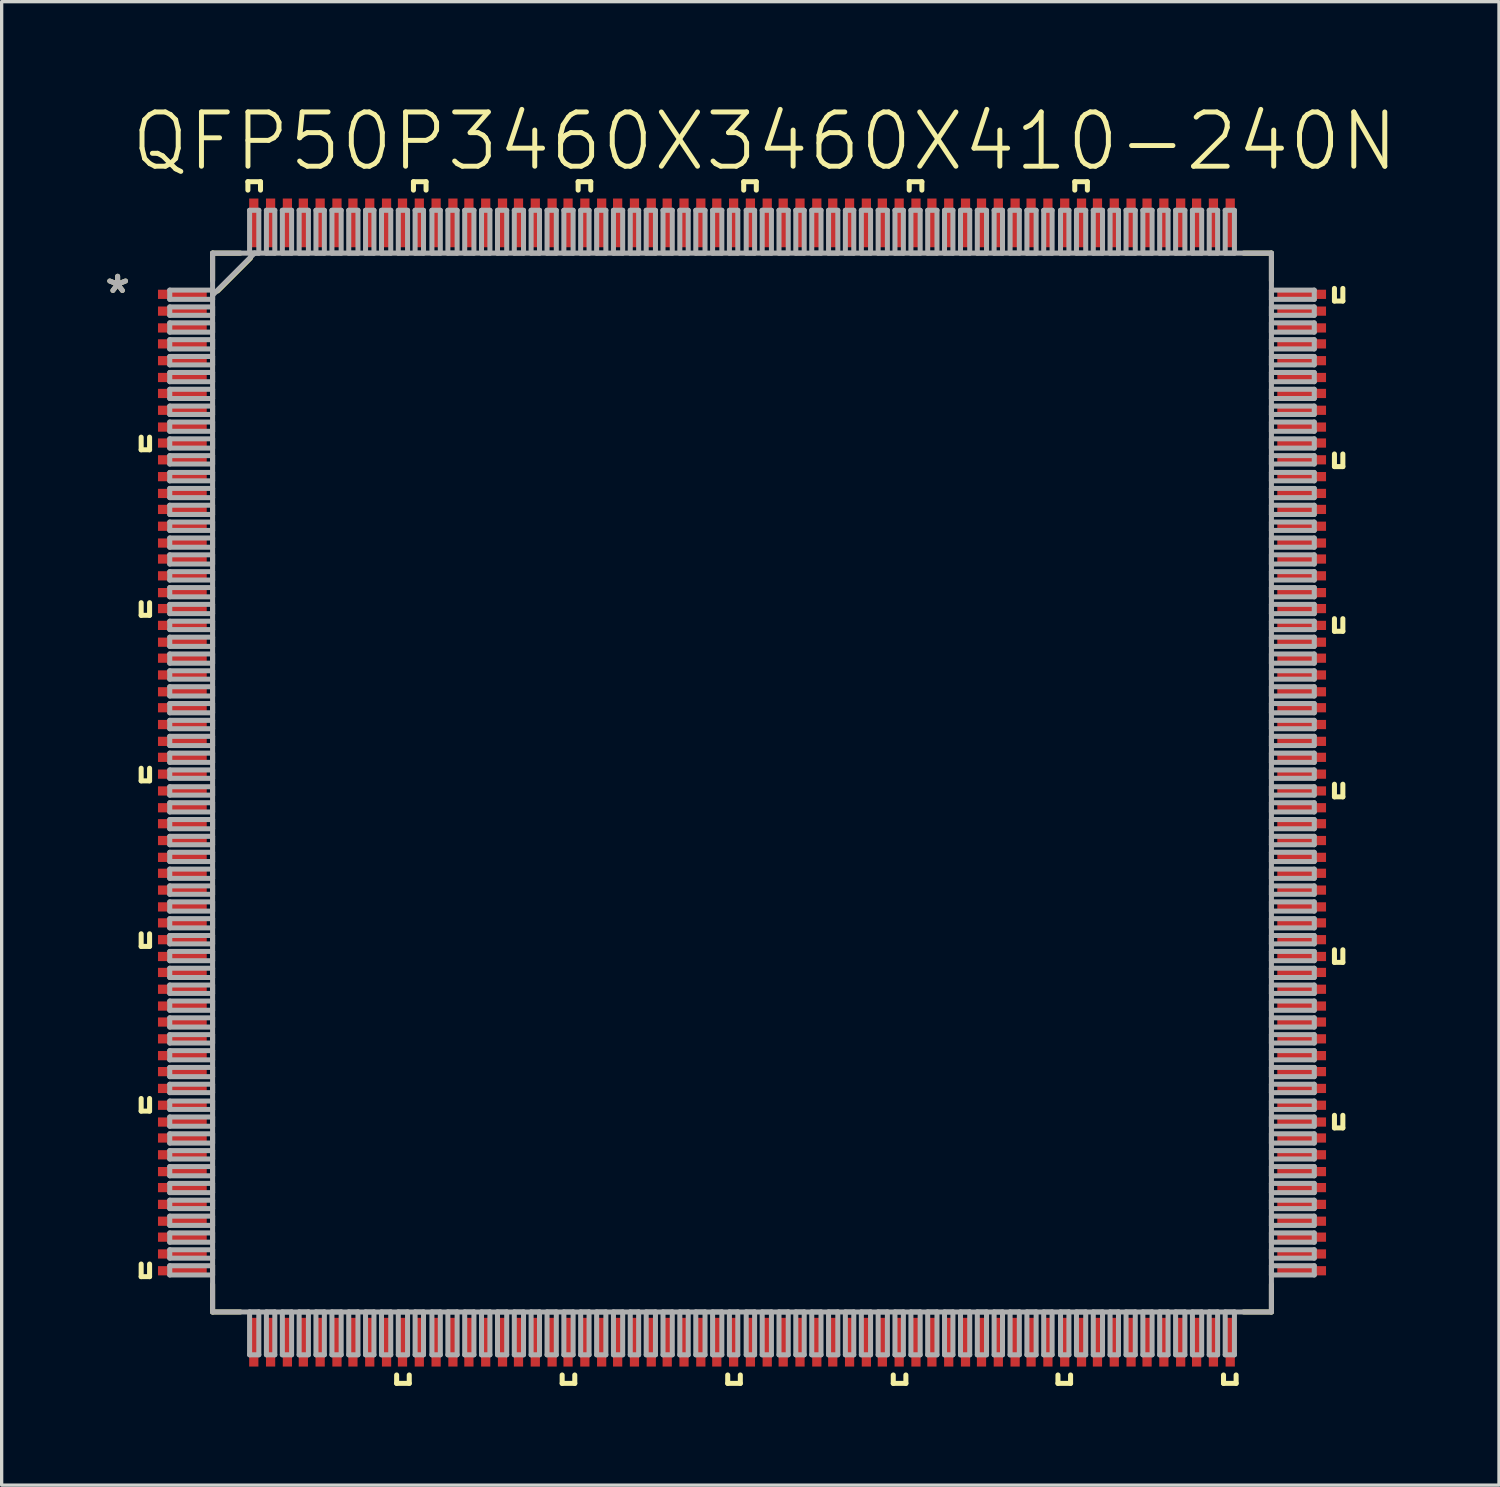
<source format=kicad_pcb>
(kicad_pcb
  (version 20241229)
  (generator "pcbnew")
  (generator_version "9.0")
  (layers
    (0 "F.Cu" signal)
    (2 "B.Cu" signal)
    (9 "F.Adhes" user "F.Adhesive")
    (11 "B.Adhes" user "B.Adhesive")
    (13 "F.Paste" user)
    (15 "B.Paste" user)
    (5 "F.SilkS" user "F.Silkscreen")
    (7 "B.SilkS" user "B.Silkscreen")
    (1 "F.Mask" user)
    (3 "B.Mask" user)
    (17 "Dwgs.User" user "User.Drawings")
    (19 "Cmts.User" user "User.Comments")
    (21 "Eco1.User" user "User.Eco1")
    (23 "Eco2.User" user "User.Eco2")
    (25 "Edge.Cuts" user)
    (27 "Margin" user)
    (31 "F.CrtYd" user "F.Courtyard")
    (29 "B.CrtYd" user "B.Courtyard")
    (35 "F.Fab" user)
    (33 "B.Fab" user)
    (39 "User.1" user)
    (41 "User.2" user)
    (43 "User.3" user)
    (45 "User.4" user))
  (footprint "QFP50P3460X3460X410-240N"
    (layer "F.Cu")
    (at 19.378 20.603)
    (property "Reference" "QFP50P3460X3460X410-240N" (at 0.686 -19.38 0) (layer "F.SilkS") (effects (font (size 1.64 1.64) (thickness 0.15))))
    (attr smd)
    (fp_line (start -18.161 -10.439) (end -18.161 -10.058) (stroke (width 0.152) (type solid)) (layer "F.SilkS"))
    (fp_line (start -18.161 -10.058) (end -17.907 -10.058) (stroke (width 0.152) (type solid)) (layer "F.SilkS"))
    (fp_line (start -18.161 -5.436) (end -18.161 -5.055) (stroke (width 0.152) (type solid)) (layer "F.SilkS"))
    (fp_line (start -18.161 -5.055) (end -17.907 -5.055) (stroke (width 0.152) (type solid)) (layer "F.SilkS"))
    (fp_line (start -18.161 -0.432) (end -18.161 -0.051) (stroke (width 0.152) (type solid)) (layer "F.SilkS"))
    (fp_line (start -18.161 -0.051) (end -17.907 -0.051) (stroke (width 0.152) (type solid)) (layer "F.SilkS"))
    (fp_line (start -18.161 4.572) (end -18.161 4.953) (stroke (width 0.152) (type solid)) (layer "F.SilkS"))
    (fp_line (start -18.161 4.953) (end -17.907 4.953) (stroke (width 0.152) (type solid)) (layer "F.SilkS"))
    (fp_line (start -18.161 9.55) (end -18.161 9.931) (stroke (width 0.152) (type solid)) (layer "F.SilkS"))
    (fp_line (start -18.161 9.931) (end -17.907 9.931) (stroke (width 0.152) (type solid)) (layer "F.SilkS"))
    (fp_line (start -18.161 14.554) (end -18.161 14.935) (stroke (width 0.152) (type solid)) (layer "F.SilkS"))
    (fp_line (start -18.161 14.935) (end -17.907 14.935) (stroke (width 0.152) (type solid)) (layer "F.SilkS"))
    (fp_line (start -17.907 -10.058) (end -17.907 -10.439) (stroke (width 0.152) (type solid)) (layer "F.SilkS"))
    (fp_line (start -17.907 -5.055) (end -17.907 -5.436) (stroke (width 0.152) (type solid)) (layer "F.SilkS"))
    (fp_line (start -17.907 -0.051) (end -17.907 -0.432) (stroke (width 0.152) (type solid)) (layer "F.SilkS"))
    (fp_line (start -17.907 4.953) (end -17.907 4.572) (stroke (width 0.152) (type solid)) (layer "F.SilkS"))
    (fp_line (start -17.907 9.931) (end -17.907 9.55) (stroke (width 0.152) (type solid)) (layer "F.SilkS"))
    (fp_line (start -17.907 14.935) (end -17.907 14.554) (stroke (width 0.152) (type solid)) (layer "F.SilkS"))
    (fp_line (start -16.002 -16.002) (end -16.002 -15.164) (stroke (width 0.152) (type solid)) (layer "F.SilkS"))
    (fp_line (start -16.002 15.164) (end -16.002 16.002) (stroke (width 0.152) (type solid)) (layer "F.SilkS"))
    (fp_line (start -16.002 16.002) (end -15.164 16.002) (stroke (width 0.152) (type solid)) (layer "F.SilkS"))
    (fp_line (start -15.85 -14.859) (end -14.859 -15.85) (stroke (width 0.152) (type solid)) (layer "F.SilkS"))
    (fp_line (start -15.164 -16.002) (end -16.002 -16.002) (stroke (width 0.152) (type solid)) (layer "F.SilkS"))
    (fp_line (start -14.935 -18.161) (end -14.554 -18.161) (stroke (width 0.152) (type solid)) (layer "F.SilkS"))
    (fp_line (start -14.935 -17.907) (end -14.935 -18.161) (stroke (width 0.152) (type solid)) (layer "F.SilkS"))
    (fp_line (start -14.554 -18.161) (end -14.554 -17.907) (stroke (width 0.152) (type solid)) (layer "F.SilkS"))
    (fp_line (start -10.439 17.907) (end -10.439 18.161) (stroke (width 0.152) (type solid)) (layer "F.SilkS"))
    (fp_line (start -10.439 18.161) (end -10.058 18.161) (stroke (width 0.152) (type solid)) (layer "F.SilkS"))
    (fp_line (start -10.058 18.161) (end -10.058 17.907) (stroke (width 0.152) (type solid)) (layer "F.SilkS"))
    (fp_line (start -9.931 -18.161) (end -9.55 -18.161) (stroke (width 0.152) (type solid)) (layer "F.SilkS"))
    (fp_line (start -9.931 -17.907) (end -9.931 -18.161) (stroke (width 0.152) (type solid)) (layer "F.SilkS"))
    (fp_line (start -9.55 -18.161) (end -9.55 -17.907) (stroke (width 0.152) (type solid)) (layer "F.SilkS"))
    (fp_line (start -5.436 17.907) (end -5.436 18.161) (stroke (width 0.152) (type solid)) (layer "F.SilkS"))
    (fp_line (start -5.436 18.161) (end -5.055 18.161) (stroke (width 0.152) (type solid)) (layer "F.SilkS"))
    (fp_line (start -5.055 18.161) (end -5.055 17.907) (stroke (width 0.152) (type solid)) (layer "F.SilkS"))
    (fp_line (start -4.953 -18.161) (end -4.572 -18.161) (stroke (width 0.152) (type solid)) (layer "F.SilkS"))
    (fp_line (start -4.953 -17.907) (end -4.953 -18.161) (stroke (width 0.152) (type solid)) (layer "F.SilkS"))
    (fp_line (start -4.572 -18.161) (end -4.572 -17.907) (stroke (width 0.152) (type solid)) (layer "F.SilkS"))
    (fp_line (start -0.432 17.907) (end -0.432 18.161) (stroke (width 0.152) (type solid)) (layer "F.SilkS"))
    (fp_line (start -0.432 18.161) (end -0.051 18.161) (stroke (width 0.152) (type solid)) (layer "F.SilkS"))
    (fp_line (start -0.051 18.161) (end -0.051 17.907) (stroke (width 0.152) (type solid)) (layer "F.SilkS"))
    (fp_line (start 0.051 -18.161) (end 0.432 -18.161) (stroke (width 0.152) (type solid)) (layer "F.SilkS"))
    (fp_line (start 0.051 -17.907) (end 0.051 -18.161) (stroke (width 0.152) (type solid)) (layer "F.SilkS"))
    (fp_line (start 0.432 -18.161) (end 0.432 -17.907) (stroke (width 0.152) (type solid)) (layer "F.SilkS"))
    (fp_line (start 4.572 17.907) (end 4.572 18.161) (stroke (width 0.152) (type solid)) (layer "F.SilkS"))
    (fp_line (start 4.572 18.161) (end 4.953 18.161) (stroke (width 0.152) (type solid)) (layer "F.SilkS"))
    (fp_line (start 4.953 18.161) (end 4.953 17.907) (stroke (width 0.152) (type solid)) (layer "F.SilkS"))
    (fp_line (start 5.055 -18.161) (end 5.436 -18.161) (stroke (width 0.152) (type solid)) (layer "F.SilkS"))
    (fp_line (start 5.055 -17.907) (end 5.055 -18.161) (stroke (width 0.152) (type solid)) (layer "F.SilkS"))
    (fp_line (start 5.436 -18.161) (end 5.436 -17.907) (stroke (width 0.152) (type solid)) (layer "F.SilkS"))
    (fp_line (start 9.55 17.907) (end 9.55 18.161) (stroke (width 0.152) (type solid)) (layer "F.SilkS"))
    (fp_line (start 9.55 18.161) (end 9.931 18.161) (stroke (width 0.152) (type solid)) (layer "F.SilkS"))
    (fp_line (start 9.931 18.161) (end 9.931 17.907) (stroke (width 0.152) (type solid)) (layer "F.SilkS"))
    (fp_line (start 10.058 -18.161) (end 10.439 -18.161) (stroke (width 0.152) (type solid)) (layer "F.SilkS"))
    (fp_line (start 10.058 -17.907) (end 10.058 -18.161) (stroke (width 0.152) (type solid)) (layer "F.SilkS"))
    (fp_line (start 10.439 -18.161) (end 10.439 -17.907) (stroke (width 0.152) (type solid)) (layer "F.SilkS"))
    (fp_line (start 14.554 17.907) (end 14.554 18.161) (stroke (width 0.152) (type solid)) (layer "F.SilkS"))
    (fp_line (start 14.554 18.161) (end 14.935 18.161) (stroke (width 0.152) (type solid)) (layer "F.SilkS"))
    (fp_line (start 14.935 18.161) (end 14.935 17.907) (stroke (width 0.152) (type solid)) (layer "F.SilkS"))
    (fp_line (start 15.164 16.002) (end 16.002 16.002) (stroke (width 0.152) (type solid)) (layer "F.SilkS"))
    (fp_line (start 16.002 -16.002) (end 15.164 -16.002) (stroke (width 0.152) (type solid)) (layer "F.SilkS"))
    (fp_line (start 16.002 -15.164) (end 16.002 -16.002) (stroke (width 0.152) (type solid)) (layer "F.SilkS"))
    (fp_line (start 16.002 16.002) (end 16.002 15.164) (stroke (width 0.152) (type solid)) (layer "F.SilkS"))
    (fp_line (start 17.907 -14.554) (end 17.907 -14.935) (stroke (width 0.152) (type solid)) (layer "F.SilkS"))
    (fp_line (start 17.907 -9.55) (end 17.907 -9.931) (stroke (width 0.152) (type solid)) (layer "F.SilkS"))
    (fp_line (start 17.907 -4.572) (end 17.907 -4.953) (stroke (width 0.152) (type solid)) (layer "F.SilkS"))
    (fp_line (start 17.907 0.432) (end 17.907 0.051) (stroke (width 0.152) (type solid)) (layer "F.SilkS"))
    (fp_line (start 17.907 5.436) (end 17.907 5.055) (stroke (width 0.152) (type solid)) (layer "F.SilkS"))
    (fp_line (start 17.907 10.439) (end 17.907 10.058) (stroke (width 0.152) (type solid)) (layer "F.SilkS"))
    (fp_line (start 18.161 -14.935) (end 18.161 -14.554) (stroke (width 0.152) (type solid)) (layer "F.SilkS"))
    (fp_line (start 18.161 -14.554) (end 17.907 -14.554) (stroke (width 0.152) (type solid)) (layer "F.SilkS"))
    (fp_line (start 18.161 -9.931) (end 18.161 -9.55) (stroke (width 0.152) (type solid)) (layer "F.SilkS"))
    (fp_line (start 18.161 -9.55) (end 17.907 -9.55) (stroke (width 0.152) (type solid)) (layer "F.SilkS"))
    (fp_line (start 18.161 -4.953) (end 18.161 -4.572) (stroke (width 0.152) (type solid)) (layer "F.SilkS"))
    (fp_line (start 18.161 -4.572) (end 17.907 -4.572) (stroke (width 0.152) (type solid)) (layer "F.SilkS"))
    (fp_line (start 18.161 0.051) (end 18.161 0.432) (stroke (width 0.152) (type solid)) (layer "F.SilkS"))
    (fp_line (start 18.161 0.432) (end 17.907 0.432) (stroke (width 0.152) (type solid)) (layer "F.SilkS"))
    (fp_line (start 18.161 5.055) (end 18.161 5.436) (stroke (width 0.152) (type solid)) (layer "F.SilkS"))
    (fp_line (start 18.161 5.436) (end 17.907 5.436) (stroke (width 0.152) (type solid)) (layer "F.SilkS"))
    (fp_line (start 18.161 10.058) (end 18.161 10.439) (stroke (width 0.152) (type solid)) (layer "F.SilkS"))
    (fp_line (start 18.161 10.439) (end 17.907 10.439) (stroke (width 0.152) (type solid)) (layer "F.SilkS"))
    (fp_line (start -17.297 -14.884) (end -17.297 -14.605) (stroke (width 0.152) (type solid)) (layer "F.Fab"))
    (fp_line (start -17.297 -14.605) (end -16.002 -14.605) (stroke (width 0.152) (type solid)) (layer "F.Fab"))
    (fp_line (start -17.297 -14.376) (end -17.297 -14.122) (stroke (width 0.152) (type solid)) (layer "F.Fab"))
    (fp_line (start -17.297 -14.122) (end -16.002 -14.122) (stroke (width 0.152) (type solid)) (layer "F.Fab"))
    (fp_line (start -17.297 -13.894) (end -17.297 -13.614) (stroke (width 0.152) (type solid)) (layer "F.Fab"))
    (fp_line (start -17.297 -13.614) (end -16.002 -13.614) (stroke (width 0.152) (type solid)) (layer "F.Fab"))
    (fp_line (start -17.297 -13.386) (end -17.297 -13.106) (stroke (width 0.152) (type solid)) (layer "F.Fab"))
    (fp_line (start -17.297 -13.106) (end -16.002 -13.106) (stroke (width 0.152) (type solid)) (layer "F.Fab"))
    (fp_line (start -17.297 -12.878) (end -17.297 -12.624) (stroke (width 0.152) (type solid)) (layer "F.Fab"))
    (fp_line (start -17.297 -12.624) (end -16.002 -12.624) (stroke (width 0.152) (type solid)) (layer "F.Fab"))
    (fp_line (start -17.297 -12.395) (end -17.297 -12.116) (stroke (width 0.152) (type solid)) (layer "F.Fab"))
    (fp_line (start -17.297 -12.116) (end -16.002 -12.116) (stroke (width 0.152) (type solid)) (layer "F.Fab"))
    (fp_line (start -17.297 -11.887) (end -17.297 -11.608) (stroke (width 0.152) (type solid)) (layer "F.Fab"))
    (fp_line (start -17.297 -11.608) (end -16.002 -11.608) (stroke (width 0.152) (type solid)) (layer "F.Fab"))
    (fp_line (start -17.297 -11.379) (end -17.297 -11.125) (stroke (width 0.152) (type solid)) (layer "F.Fab"))
    (fp_line (start -17.297 -11.125) (end -16.002 -11.125) (stroke (width 0.152) (type solid)) (layer "F.Fab"))
    (fp_line (start -17.297 -10.897) (end -17.297 -10.617) (stroke (width 0.152) (type solid)) (layer "F.Fab"))
    (fp_line (start -17.297 -10.617) (end -16.002 -10.617) (stroke (width 0.152) (type solid)) (layer "F.Fab"))
    (fp_line (start -17.297 -10.389) (end -17.297 -10.109) (stroke (width 0.152) (type solid)) (layer "F.Fab"))
    (fp_line (start -17.297 -10.109) (end -16.002 -10.109) (stroke (width 0.152) (type solid)) (layer "F.Fab"))
    (fp_line (start -17.297 -9.881) (end -17.297 -9.627) (stroke (width 0.152) (type solid)) (layer "F.Fab"))
    (fp_line (start -17.297 -9.627) (end -16.002 -9.627) (stroke (width 0.152) (type solid)) (layer "F.Fab"))
    (fp_line (start -17.297 -9.373) (end -17.297 -9.119) (stroke (width 0.152) (type solid)) (layer "F.Fab"))
    (fp_line (start -17.297 -9.119) (end -16.002 -9.119) (stroke (width 0.152) (type solid)) (layer "F.Fab"))
    (fp_line (start -17.297 -8.89) (end -17.297 -8.611) (stroke (width 0.152) (type solid)) (layer "F.Fab"))
    (fp_line (start -17.297 -8.611) (end -16.002 -8.611) (stroke (width 0.152) (type solid)) (layer "F.Fab"))
    (fp_line (start -17.297 -8.382) (end -17.297 -8.103) (stroke (width 0.152) (type solid)) (layer "F.Fab"))
    (fp_line (start -17.297 -8.103) (end -16.002 -8.103) (stroke (width 0.152) (type solid)) (layer "F.Fab"))
    (fp_line (start -17.297 -7.874) (end -17.297 -7.62) (stroke (width 0.152) (type solid)) (layer "F.Fab"))
    (fp_line (start -17.297 -7.62) (end -16.002 -7.62) (stroke (width 0.152) (type solid)) (layer "F.Fab"))
    (fp_line (start -17.297 -7.391) (end -17.297 -7.112) (stroke (width 0.152) (type solid)) (layer "F.Fab"))
    (fp_line (start -17.297 -7.112) (end -16.002 -7.112) (stroke (width 0.152) (type solid)) (layer "F.Fab"))
    (fp_line (start -17.297 -6.883) (end -17.297 -6.604) (stroke (width 0.152) (type solid)) (layer "F.Fab"))
    (fp_line (start -17.297 -6.604) (end -16.002 -6.604) (stroke (width 0.152) (type solid)) (layer "F.Fab"))
    (fp_line (start -17.297 -6.375) (end -17.297 -6.121) (stroke (width 0.152) (type solid)) (layer "F.Fab"))
    (fp_line (start -17.297 -6.121) (end -16.002 -6.121) (stroke (width 0.152) (type solid)) (layer "F.Fab"))
    (fp_line (start -17.297 -5.893) (end -17.297 -5.613) (stroke (width 0.152) (type solid)) (layer "F.Fab"))
    (fp_line (start -17.297 -5.613) (end -16.002 -5.613) (stroke (width 0.152) (type solid)) (layer "F.Fab"))
    (fp_line (start -17.297 -5.385) (end -17.297 -5.105) (stroke (width 0.152) (type solid)) (layer "F.Fab"))
    (fp_line (start -17.297 -5.105) (end -16.002 -5.105) (stroke (width 0.152) (type solid)) (layer "F.Fab"))
    (fp_line (start -17.297 -4.877) (end -17.297 -4.623) (stroke (width 0.152) (type solid)) (layer "F.Fab"))
    (fp_line (start -17.297 -4.623) (end -16.002 -4.623) (stroke (width 0.152) (type solid)) (layer "F.Fab"))
    (fp_line (start -17.297 -4.394) (end -17.297 -4.115) (stroke (width 0.152) (type solid)) (layer "F.Fab"))
    (fp_line (start -17.297 -4.115) (end -16.002 -4.115) (stroke (width 0.152) (type solid)) (layer "F.Fab"))
    (fp_line (start -17.297 -3.886) (end -17.297 -3.607) (stroke (width 0.152) (type solid)) (layer "F.Fab"))
    (fp_line (start -17.297 -3.607) (end -16.002 -3.607) (stroke (width 0.152) (type solid)) (layer "F.Fab"))
    (fp_line (start -17.297 -3.378) (end -17.297 -3.124) (stroke (width 0.152) (type solid)) (layer "F.Fab"))
    (fp_line (start -17.297 -3.124) (end -16.002 -3.124) (stroke (width 0.152) (type solid)) (layer "F.Fab"))
    (fp_line (start -17.297 -2.896) (end -17.297 -2.616) (stroke (width 0.152) (type solid)) (layer "F.Fab"))
    (fp_line (start -17.297 -2.616) (end -16.002 -2.616) (stroke (width 0.152) (type solid)) (layer "F.Fab"))
    (fp_line (start -17.297 -2.388) (end -17.297 -2.108) (stroke (width 0.152) (type solid)) (layer "F.Fab"))
    (fp_line (start -17.297 -2.108) (end -16.002 -2.108) (stroke (width 0.152) (type solid)) (layer "F.Fab"))
    (fp_line (start -17.297 -1.88) (end -17.297 -1.626) (stroke (width 0.152) (type solid)) (layer "F.Fab"))
    (fp_line (start -17.297 -1.626) (end -16.002 -1.626) (stroke (width 0.152) (type solid)) (layer "F.Fab"))
    (fp_line (start -17.297 -1.397) (end -17.297 -1.118) (stroke (width 0.152) (type solid)) (layer "F.Fab"))
    (fp_line (start -17.297 -1.118) (end -16.002 -1.118) (stroke (width 0.152) (type solid)) (layer "F.Fab"))
    (fp_line (start -17.297 -0.889) (end -17.297 -0.61) (stroke (width 0.152) (type solid)) (layer "F.Fab"))
    (fp_line (start -17.297 -0.61) (end -16.002 -0.61) (stroke (width 0.152) (type solid)) (layer "F.Fab"))
    (fp_line (start -17.297 -0.381) (end -17.297 -0.127) (stroke (width 0.152) (type solid)) (layer "F.Fab"))
    (fp_line (start -17.297 -0.127) (end -16.002 -0.127) (stroke (width 0.152) (type solid)) (layer "F.Fab"))
    (fp_line (start -17.297 0.127) (end -17.297 0.381) (stroke (width 0.152) (type solid)) (layer "F.Fab"))
    (fp_line (start -17.297 0.381) (end -16.002 0.381) (stroke (width 0.152) (type solid)) (layer "F.Fab"))
    (fp_line (start -17.297 0.61) (end -17.297 0.889) (stroke (width 0.152) (type solid)) (layer "F.Fab"))
    (fp_line (start -17.297 0.889) (end -16.002 0.889) (stroke (width 0.152) (type solid)) (layer "F.Fab"))
    (fp_line (start -17.297 1.118) (end -17.297 1.397) (stroke (width 0.152) (type solid)) (layer "F.Fab"))
    (fp_line (start -17.297 1.397) (end -16.002 1.397) (stroke (width 0.152) (type solid)) (layer "F.Fab"))
    (fp_line (start -17.297 1.626) (end -17.297 1.88) (stroke (width 0.152) (type solid)) (layer "F.Fab"))
    (fp_line (start -17.297 1.88) (end -16.002 1.88) (stroke (width 0.152) (type solid)) (layer "F.Fab"))
    (fp_line (start -17.297 2.108) (end -17.297 2.388) (stroke (width 0.152) (type solid)) (layer "F.Fab"))
    (fp_line (start -17.297 2.388) (end -16.002 2.388) (stroke (width 0.152) (type solid)) (layer "F.Fab"))
    (fp_line (start -17.297 2.616) (end -17.297 2.896) (stroke (width 0.152) (type solid)) (layer "F.Fab"))
    (fp_line (start -17.297 2.896) (end -16.002 2.896) (stroke (width 0.152) (type solid)) (layer "F.Fab"))
    (fp_line (start -17.297 3.124) (end -17.297 3.378) (stroke (width 0.152) (type solid)) (layer "F.Fab"))
    (fp_line (start -17.297 3.378) (end -16.002 3.378) (stroke (width 0.152) (type solid)) (layer "F.Fab"))
    (fp_line (start -17.297 3.607) (end -17.297 3.886) (stroke (width 0.152) (type solid)) (layer "F.Fab"))
    (fp_line (start -17.297 3.886) (end -16.002 3.886) (stroke (width 0.152) (type solid)) (layer "F.Fab"))
    (fp_line (start -17.297 4.115) (end -17.297 4.394) (stroke (width 0.152) (type solid)) (layer "F.Fab"))
    (fp_line (start -17.297 4.394) (end -16.002 4.394) (stroke (width 0.152) (type solid)) (layer "F.Fab"))
    (fp_line (start -17.297 4.623) (end -17.297 4.877) (stroke (width 0.152) (type solid)) (layer "F.Fab"))
    (fp_line (start -17.297 4.877) (end -16.002 4.877) (stroke (width 0.152) (type solid)) (layer "F.Fab"))
    (fp_line (start -17.297 5.105) (end -17.297 5.385) (stroke (width 0.152) (type solid)) (layer "F.Fab"))
    (fp_line (start -17.297 5.385) (end -16.002 5.385) (stroke (width 0.152) (type solid)) (layer "F.Fab"))
    (fp_line (start -17.297 5.613) (end -17.297 5.893) (stroke (width 0.152) (type solid)) (layer "F.Fab"))
    (fp_line (start -17.297 5.893) (end -16.002 5.893) (stroke (width 0.152) (type solid)) (layer "F.Fab"))
    (fp_line (start -17.297 6.121) (end -17.297 6.375) (stroke (width 0.152) (type solid)) (layer "F.Fab"))
    (fp_line (start -17.297 6.375) (end -16.002 6.375) (stroke (width 0.152) (type solid)) (layer "F.Fab"))
    (fp_line (start -17.297 6.604) (end -17.297 6.883) (stroke (width 0.152) (type solid)) (layer "F.Fab"))
    (fp_line (start -17.297 6.883) (end -16.002 6.883) (stroke (width 0.152) (type solid)) (layer "F.Fab"))
    (fp_line (start -17.297 7.112) (end -17.297 7.391) (stroke (width 0.152) (type solid)) (layer "F.Fab"))
    (fp_line (start -17.297 7.391) (end -16.002 7.391) (stroke (width 0.152) (type solid)) (layer "F.Fab"))
    (fp_line (start -17.297 7.62) (end -17.297 7.874) (stroke (width 0.152) (type solid)) (layer "F.Fab"))
    (fp_line (start -17.297 7.874) (end -16.002 7.874) (stroke (width 0.152) (type solid)) (layer "F.Fab"))
    (fp_line (start -17.297 8.103) (end -17.297 8.382) (stroke (width 0.152) (type solid)) (layer "F.Fab"))
    (fp_line (start -17.297 8.382) (end -16.002 8.382) (stroke (width 0.152) (type solid)) (layer "F.Fab"))
    (fp_line (start -17.297 8.611) (end -17.297 8.89) (stroke (width 0.152) (type solid)) (layer "F.Fab"))
    (fp_line (start -17.297 8.89) (end -16.002 8.89) (stroke (width 0.152) (type solid)) (layer "F.Fab"))
    (fp_line (start -17.297 9.119) (end -17.297 9.373) (stroke (width 0.152) (type solid)) (layer "F.Fab"))
    (fp_line (start -17.297 9.373) (end -16.002 9.373) (stroke (width 0.152) (type solid)) (layer "F.Fab"))
    (fp_line (start -17.297 9.627) (end -17.297 9.881) (stroke (width 0.152) (type solid)) (layer "F.Fab"))
    (fp_line (start -17.297 9.881) (end -16.002 9.881) (stroke (width 0.152) (type solid)) (layer "F.Fab"))
    (fp_line (start -17.297 10.109) (end -17.297 10.389) (stroke (width 0.152) (type solid)) (layer "F.Fab"))
    (fp_line (start -17.297 10.389) (end -16.002 10.389) (stroke (width 0.152) (type solid)) (layer "F.Fab"))
    (fp_line (start -17.297 10.617) (end -17.297 10.897) (stroke (width 0.152) (type solid)) (layer "F.Fab"))
    (fp_line (start -17.297 10.897) (end -16.002 10.897) (stroke (width 0.152) (type solid)) (layer "F.Fab"))
    (fp_line (start -17.297 11.125) (end -17.297 11.379) (stroke (width 0.152) (type solid)) (layer "F.Fab"))
    (fp_line (start -17.297 11.379) (end -16.002 11.379) (stroke (width 0.152) (type solid)) (layer "F.Fab"))
    (fp_line (start -17.297 11.608) (end -17.297 11.887) (stroke (width 0.152) (type solid)) (layer "F.Fab"))
    (fp_line (start -17.297 11.887) (end -16.002 11.887) (stroke (width 0.152) (type solid)) (layer "F.Fab"))
    (fp_line (start -17.297 12.116) (end -17.297 12.395) (stroke (width 0.152) (type solid)) (layer "F.Fab"))
    (fp_line (start -17.297 12.395) (end -16.002 12.395) (stroke (width 0.152) (type solid)) (layer "F.Fab"))
    (fp_line (start -17.297 12.624) (end -17.297 12.878) (stroke (width 0.152) (type solid)) (layer "F.Fab"))
    (fp_line (start -17.297 12.878) (end -16.002 12.878) (stroke (width 0.152) (type solid)) (layer "F.Fab"))
    (fp_line (start -17.297 13.106) (end -17.297 13.386) (stroke (width 0.152) (type solid)) (layer "F.Fab"))
    (fp_line (start -17.297 13.386) (end -16.002 13.386) (stroke (width 0.152) (type solid)) (layer "F.Fab"))
    (fp_line (start -17.297 13.614) (end -17.297 13.894) (stroke (width 0.152) (type solid)) (layer "F.Fab"))
    (fp_line (start -17.297 13.894) (end -16.002 13.894) (stroke (width 0.152) (type solid)) (layer "F.Fab"))
    (fp_line (start -17.297 14.122) (end -17.297 14.376) (stroke (width 0.152) (type solid)) (layer "F.Fab"))
    (fp_line (start -17.297 14.376) (end -16.002 14.376) (stroke (width 0.152) (type solid)) (layer "F.Fab"))
    (fp_line (start -17.297 14.605) (end -17.297 14.884) (stroke (width 0.152) (type solid)) (layer "F.Fab"))
    (fp_line (start -17.297 14.884) (end -16.002 14.884) (stroke (width 0.152) (type solid)) (layer "F.Fab"))
    (fp_line (start -16.002 -16.002) (end -16.002 16.002) (stroke (width 0.152) (type solid)) (layer "F.Fab"))
    (fp_line (start -16.002 -14.884) (end -17.297 -14.884) (stroke (width 0.152) (type solid)) (layer "F.Fab"))
    (fp_line (start -16.002 -14.732) (end -16.002 -14.884) (stroke (width 0.152) (type solid)) (layer "F.Fab"))
    (fp_line (start -16.002 -14.732) (end -14.732 -16.002) (stroke (width 0.152) (type solid)) (layer "F.Fab"))
    (fp_line (start -16.002 -14.605) (end -16.002 -14.732) (stroke (width 0.152) (type solid)) (layer "F.Fab"))
    (fp_line (start -16.002 -14.376) (end -17.297 -14.376) (stroke (width 0.152) (type solid)) (layer "F.Fab"))
    (fp_line (start -16.002 -14.122) (end -16.002 -14.376) (stroke (width 0.152) (type solid)) (layer "F.Fab"))
    (fp_line (start -16.002 -13.894) (end -17.297 -13.894) (stroke (width 0.152) (type solid)) (layer "F.Fab"))
    (fp_line (start -16.002 -13.614) (end -16.002 -13.894) (stroke (width 0.152) (type solid)) (layer "F.Fab"))
    (fp_line (start -16.002 -13.386) (end -17.297 -13.386) (stroke (width 0.152) (type solid)) (layer "F.Fab"))
    (fp_line (start -16.002 -13.106) (end -16.002 -13.386) (stroke (width 0.152) (type solid)) (layer "F.Fab"))
    (fp_line (start -16.002 -12.878) (end -17.297 -12.878) (stroke (width 0.152) (type solid)) (layer "F.Fab"))
    (fp_line (start -16.002 -12.624) (end -16.002 -12.878) (stroke (width 0.152) (type solid)) (layer "F.Fab"))
    (fp_line (start -16.002 -12.395) (end -17.297 -12.395) (stroke (width 0.152) (type solid)) (layer "F.Fab"))
    (fp_line (start -16.002 -12.116) (end -16.002 -12.395) (stroke (width 0.152) (type solid)) (layer "F.Fab"))
    (fp_line (start -16.002 -11.887) (end -17.297 -11.887) (stroke (width 0.152) (type solid)) (layer "F.Fab"))
    (fp_line (start -16.002 -11.608) (end -16.002 -11.887) (stroke (width 0.152) (type solid)) (layer "F.Fab"))
    (fp_line (start -16.002 -11.379) (end -17.297 -11.379) (stroke (width 0.152) (type solid)) (layer "F.Fab"))
    (fp_line (start -16.002 -11.125) (end -16.002 -11.379) (stroke (width 0.152) (type solid)) (layer "F.Fab"))
    (fp_line (start -16.002 -10.897) (end -17.297 -10.897) (stroke (width 0.152) (type solid)) (layer "F.Fab"))
    (fp_line (start -16.002 -10.617) (end -16.002 -10.897) (stroke (width 0.152) (type solid)) (layer "F.Fab"))
    (fp_line (start -16.002 -10.389) (end -17.297 -10.389) (stroke (width 0.152) (type solid)) (layer "F.Fab"))
    (fp_line (start -16.002 -10.109) (end -16.002 -10.389) (stroke (width 0.152) (type solid)) (layer "F.Fab"))
    (fp_line (start -16.002 -9.881) (end -17.297 -9.881) (stroke (width 0.152) (type solid)) (layer "F.Fab"))
    (fp_line (start -16.002 -9.627) (end -16.002 -9.881) (stroke (width 0.152) (type solid)) (layer "F.Fab"))
    (fp_line (start -16.002 -9.373) (end -17.297 -9.373) (stroke (width 0.152) (type solid)) (layer "F.Fab"))
    (fp_line (start -16.002 -9.119) (end -16.002 -9.373) (stroke (width 0.152) (type solid)) (layer "F.Fab"))
    (fp_line (start -16.002 -8.89) (end -17.297 -8.89) (stroke (width 0.152) (type solid)) (layer "F.Fab"))
    (fp_line (start -16.002 -8.611) (end -16.002 -8.89) (stroke (width 0.152) (type solid)) (layer "F.Fab"))
    (fp_line (start -16.002 -8.382) (end -17.297 -8.382) (stroke (width 0.152) (type solid)) (layer "F.Fab"))
    (fp_line (start -16.002 -8.103) (end -16.002 -8.382) (stroke (width 0.152) (type solid)) (layer "F.Fab"))
    (fp_line (start -16.002 -7.874) (end -17.297 -7.874) (stroke (width 0.152) (type solid)) (layer "F.Fab"))
    (fp_line (start -16.002 -7.62) (end -16.002 -7.874) (stroke (width 0.152) (type solid)) (layer "F.Fab"))
    (fp_line (start -16.002 -7.391) (end -17.297 -7.391) (stroke (width 0.152) (type solid)) (layer "F.Fab"))
    (fp_line (start -16.002 -7.112) (end -16.002 -7.391) (stroke (width 0.152) (type solid)) (layer "F.Fab"))
    (fp_line (start -16.002 -6.883) (end -17.297 -6.883) (stroke (width 0.152) (type solid)) (layer "F.Fab"))
    (fp_line (start -16.002 -6.604) (end -16.002 -6.883) (stroke (width 0.152) (type solid)) (layer "F.Fab"))
    (fp_line (start -16.002 -6.375) (end -17.297 -6.375) (stroke (width 0.152) (type solid)) (layer "F.Fab"))
    (fp_line (start -16.002 -6.121) (end -16.002 -6.375) (stroke (width 0.152) (type solid)) (layer "F.Fab"))
    (fp_line (start -16.002 -5.893) (end -17.297 -5.893) (stroke (width 0.152) (type solid)) (layer "F.Fab"))
    (fp_line (start -16.002 -5.613) (end -16.002 -5.893) (stroke (width 0.152) (type solid)) (layer "F.Fab"))
    (fp_line (start -16.002 -5.385) (end -17.297 -5.385) (stroke (width 0.152) (type solid)) (layer "F.Fab"))
    (fp_line (start -16.002 -5.105) (end -16.002 -5.385) (stroke (width 0.152) (type solid)) (layer "F.Fab"))
    (fp_line (start -16.002 -4.877) (end -17.297 -4.877) (stroke (width 0.152) (type solid)) (layer "F.Fab"))
    (fp_line (start -16.002 -4.623) (end -16.002 -4.877) (stroke (width 0.152) (type solid)) (layer "F.Fab"))
    (fp_line (start -16.002 -4.394) (end -17.297 -4.394) (stroke (width 0.152) (type solid)) (layer "F.Fab"))
    (fp_line (start -16.002 -4.115) (end -16.002 -4.394) (stroke (width 0.152) (type solid)) (layer "F.Fab"))
    (fp_line (start -16.002 -3.886) (end -17.297 -3.886) (stroke (width 0.152) (type solid)) (layer "F.Fab"))
    (fp_line (start -16.002 -3.607) (end -16.002 -3.886) (stroke (width 0.152) (type solid)) (layer "F.Fab"))
    (fp_line (start -16.002 -3.378) (end -17.297 -3.378) (stroke (width 0.152) (type solid)) (layer "F.Fab"))
    (fp_line (start -16.002 -3.124) (end -16.002 -3.378) (stroke (width 0.152) (type solid)) (layer "F.Fab"))
    (fp_line (start -16.002 -2.896) (end -17.297 -2.896) (stroke (width 0.152) (type solid)) (layer "F.Fab"))
    (fp_line (start -16.002 -2.616) (end -16.002 -2.896) (stroke (width 0.152) (type solid)) (layer "F.Fab"))
    (fp_line (start -16.002 -2.388) (end -17.297 -2.388) (stroke (width 0.152) (type solid)) (layer "F.Fab"))
    (fp_line (start -16.002 -2.108) (end -16.002 -2.388) (stroke (width 0.152) (type solid)) (layer "F.Fab"))
    (fp_line (start -16.002 -1.88) (end -17.297 -1.88) (stroke (width 0.152) (type solid)) (layer "F.Fab"))
    (fp_line (start -16.002 -1.626) (end -16.002 -1.88) (stroke (width 0.152) (type solid)) (layer "F.Fab"))
    (fp_line (start -16.002 -1.397) (end -17.297 -1.397) (stroke (width 0.152) (type solid)) (layer "F.Fab"))
    (fp_line (start -16.002 -1.118) (end -16.002 -1.397) (stroke (width 0.152) (type solid)) (layer "F.Fab"))
    (fp_line (start -16.002 -0.889) (end -17.297 -0.889) (stroke (width 0.152) (type solid)) (layer "F.Fab"))
    (fp_line (start -16.002 -0.61) (end -16.002 -0.889) (stroke (width 0.152) (type solid)) (layer "F.Fab"))
    (fp_line (start -16.002 -0.381) (end -17.297 -0.381) (stroke (width 0.152) (type solid)) (layer "F.Fab"))
    (fp_line (start -16.002 -0.127) (end -16.002 -0.381) (stroke (width 0.152) (type solid)) (layer "F.Fab"))
    (fp_line (start -16.002 0.127) (end -17.297 0.127) (stroke (width 0.152) (type solid)) (layer "F.Fab"))
    (fp_line (start -16.002 0.381) (end -16.002 0.127) (stroke (width 0.152) (type solid)) (layer "F.Fab"))
    (fp_line (start -16.002 0.61) (end -17.297 0.61) (stroke (width 0.152) (type solid)) (layer "F.Fab"))
    (fp_line (start -16.002 0.889) (end -16.002 0.61) (stroke (width 0.152) (type solid)) (layer "F.Fab"))
    (fp_line (start -16.002 1.118) (end -17.297 1.118) (stroke (width 0.152) (type solid)) (layer "F.Fab"))
    (fp_line (start -16.002 1.397) (end -16.002 1.118) (stroke (width 0.152) (type solid)) (layer "F.Fab"))
    (fp_line (start -16.002 1.626) (end -17.297 1.626) (stroke (width 0.152) (type solid)) (layer "F.Fab"))
    (fp_line (start -16.002 1.88) (end -16.002 1.626) (stroke (width 0.152) (type solid)) (layer "F.Fab"))
    (fp_line (start -16.002 2.108) (end -17.297 2.108) (stroke (width 0.152) (type solid)) (layer "F.Fab"))
    (fp_line (start -16.002 2.388) (end -16.002 2.108) (stroke (width 0.152) (type solid)) (layer "F.Fab"))
    (fp_line (start -16.002 2.616) (end -17.297 2.616) (stroke (width 0.152) (type solid)) (layer "F.Fab"))
    (fp_line (start -16.002 2.896) (end -16.002 2.616) (stroke (width 0.152) (type solid)) (layer "F.Fab"))
    (fp_line (start -16.002 3.124) (end -17.297 3.124) (stroke (width 0.152) (type solid)) (layer "F.Fab"))
    (fp_line (start -16.002 3.378) (end -16.002 3.124) (stroke (width 0.152) (type solid)) (layer "F.Fab"))
    (fp_line (start -16.002 3.607) (end -17.297 3.607) (stroke (width 0.152) (type solid)) (layer "F.Fab"))
    (fp_line (start -16.002 3.886) (end -16.002 3.607) (stroke (width 0.152) (type solid)) (layer "F.Fab"))
    (fp_line (start -16.002 4.115) (end -17.297 4.115) (stroke (width 0.152) (type solid)) (layer "F.Fab"))
    (fp_line (start -16.002 4.394) (end -16.002 4.115) (stroke (width 0.152) (type solid)) (layer "F.Fab"))
    (fp_line (start -16.002 4.623) (end -17.297 4.623) (stroke (width 0.152) (type solid)) (layer "F.Fab"))
    (fp_line (start -16.002 4.877) (end -16.002 4.623) (stroke (width 0.152) (type solid)) (layer "F.Fab"))
    (fp_line (start -16.002 5.105) (end -17.297 5.105) (stroke (width 0.152) (type solid)) (layer "F.Fab"))
    (fp_line (start -16.002 5.385) (end -16.002 5.105) (stroke (width 0.152) (type solid)) (layer "F.Fab"))
    (fp_line (start -16.002 5.613) (end -17.297 5.613) (stroke (width 0.152) (type solid)) (layer "F.Fab"))
    (fp_line (start -16.002 5.893) (end -16.002 5.613) (stroke (width 0.152) (type solid)) (layer "F.Fab"))
    (fp_line (start -16.002 6.121) (end -17.297 6.121) (stroke (width 0.152) (type solid)) (layer "F.Fab"))
    (fp_line (start -16.002 6.375) (end -16.002 6.121) (stroke (width 0.152) (type solid)) (layer "F.Fab"))
    (fp_line (start -16.002 6.604) (end -17.297 6.604) (stroke (width 0.152) (type solid)) (layer "F.Fab"))
    (fp_line (start -16.002 6.883) (end -16.002 6.604) (stroke (width 0.152) (type solid)) (layer "F.Fab"))
    (fp_line (start -16.002 7.112) (end -17.297 7.112) (stroke (width 0.152) (type solid)) (layer "F.Fab"))
    (fp_line (start -16.002 7.391) (end -16.002 7.112) (stroke (width 0.152) (type solid)) (layer "F.Fab"))
    (fp_line (start -16.002 7.62) (end -17.297 7.62) (stroke (width 0.152) (type solid)) (layer "F.Fab"))
    (fp_line (start -16.002 7.874) (end -16.002 7.62) (stroke (width 0.152) (type solid)) (layer "F.Fab"))
    (fp_line (start -16.002 8.103) (end -17.297 8.103) (stroke (width 0.152) (type solid)) (layer "F.Fab"))
    (fp_line (start -16.002 8.382) (end -16.002 8.103) (stroke (width 0.152) (type solid)) (layer "F.Fab"))
    (fp_line (start -16.002 8.611) (end -17.297 8.611) (stroke (width 0.152) (type solid)) (layer "F.Fab"))
    (fp_line (start -16.002 8.89) (end -16.002 8.611) (stroke (width 0.152) (type solid)) (layer "F.Fab"))
    (fp_line (start -16.002 9.119) (end -17.297 9.119) (stroke (width 0.152) (type solid)) (layer "F.Fab"))
    (fp_line (start -16.002 9.373) (end -16.002 9.119) (stroke (width 0.152) (type solid)) (layer "F.Fab"))
    (fp_line (start -16.002 9.627) (end -17.297 9.627) (stroke (width 0.152) (type solid)) (layer "F.Fab"))
    (fp_line (start -16.002 9.881) (end -16.002 9.627) (stroke (width 0.152) (type solid)) (layer "F.Fab"))
    (fp_line (start -16.002 10.109) (end -17.297 10.109) (stroke (width 0.152) (type solid)) (layer "F.Fab"))
    (fp_line (start -16.002 10.389) (end -16.002 10.109) (stroke (width 0.152) (type solid)) (layer "F.Fab"))
    (fp_line (start -16.002 10.617) (end -17.297 10.617) (stroke (width 0.152) (type solid)) (layer "F.Fab"))
    (fp_line (start -16.002 10.897) (end -16.002 10.617) (stroke (width 0.152) (type solid)) (layer "F.Fab"))
    (fp_line (start -16.002 11.125) (end -17.297 11.125) (stroke (width 0.152) (type solid)) (layer "F.Fab"))
    (fp_line (start -16.002 11.379) (end -16.002 11.125) (stroke (width 0.152) (type solid)) (layer "F.Fab"))
    (fp_line (start -16.002 11.608) (end -17.297 11.608) (stroke (width 0.152) (type solid)) (layer "F.Fab"))
    (fp_line (start -16.002 11.887) (end -16.002 11.608) (stroke (width 0.152) (type solid)) (layer "F.Fab"))
    (fp_line (start -16.002 12.116) (end -17.297 12.116) (stroke (width 0.152) (type solid)) (layer "F.Fab"))
    (fp_line (start -16.002 12.395) (end -16.002 12.116) (stroke (width 0.152) (type solid)) (layer "F.Fab"))
    (fp_line (start -16.002 12.624) (end -17.297 12.624) (stroke (width 0.152) (type solid)) (layer "F.Fab"))
    (fp_line (start -16.002 12.878) (end -16.002 12.624) (stroke (width 0.152) (type solid)) (layer "F.Fab"))
    (fp_line (start -16.002 13.106) (end -17.297 13.106) (stroke (width 0.152) (type solid)) (layer "F.Fab"))
    (fp_line (start -16.002 13.386) (end -16.002 13.106) (stroke (width 0.152) (type solid)) (layer "F.Fab"))
    (fp_line (start -16.002 13.614) (end -17.297 13.614) (stroke (width 0.152) (type solid)) (layer "F.Fab"))
    (fp_line (start -16.002 13.894) (end -16.002 13.614) (stroke (width 0.152) (type solid)) (layer "F.Fab"))
    (fp_line (start -16.002 14.122) (end -17.297 14.122) (stroke (width 0.152) (type solid)) (layer "F.Fab"))
    (fp_line (start -16.002 14.376) (end -16.002 14.122) (stroke (width 0.152) (type solid)) (layer "F.Fab"))
    (fp_line (start -16.002 14.605) (end -17.297 14.605) (stroke (width 0.152) (type solid)) (layer "F.Fab"))
    (fp_line (start -16.002 14.884) (end -16.002 14.605) (stroke (width 0.152) (type solid)) (layer "F.Fab"))
    (fp_line (start -16.002 16.002) (end 16.002 16.002) (stroke (width 0.152) (type solid)) (layer "F.Fab"))
    (fp_line (start -14.884 -17.297) (end -14.884 -16.002) (stroke (width 0.152) (type solid)) (layer "F.Fab"))
    (fp_line (start -14.884 -16.002) (end -14.732 -16.002) (stroke (width 0.152) (type solid)) (layer "F.Fab"))
    (fp_line (start -14.884 16.002) (end -14.884 17.297) (stroke (width 0.152) (type solid)) (layer "F.Fab"))
    (fp_line (start -14.884 17.297) (end -14.605 17.297) (stroke (width 0.152) (type solid)) (layer "F.Fab"))
    (fp_line (start -14.732 -16.002) (end -14.605 -16.002) (stroke (width 0.152) (type solid)) (layer "F.Fab"))
    (fp_line (start -14.605 -17.297) (end -14.884 -17.297) (stroke (width 0.152) (type solid)) (layer "F.Fab"))
    (fp_line (start -14.605 -16.002) (end -14.605 -17.297) (stroke (width 0.152) (type solid)) (layer "F.Fab"))
    (fp_line (start -14.605 16.002) (end -14.884 16.002) (stroke (width 0.152) (type solid)) (layer "F.Fab"))
    (fp_line (start -14.605 17.297) (end -14.605 16.002) (stroke (width 0.152) (type solid)) (layer "F.Fab"))
    (fp_line (start -14.376 -17.297) (end -14.376 -16.002) (stroke (width 0.152) (type solid)) (layer "F.Fab"))
    (fp_line (start -14.376 -16.002) (end -14.122 -16.002) (stroke (width 0.152) (type solid)) (layer "F.Fab"))
    (fp_line (start -14.376 16.002) (end -14.376 17.297) (stroke (width 0.152) (type solid)) (layer "F.Fab"))
    (fp_line (start -14.376 17.297) (end -14.122 17.297) (stroke (width 0.152) (type solid)) (layer "F.Fab"))
    (fp_line (start -14.122 -17.297) (end -14.376 -17.297) (stroke (width 0.152) (type solid)) (layer "F.Fab"))
    (fp_line (start -14.122 -16.002) (end -14.122 -17.297) (stroke (width 0.152) (type solid)) (layer "F.Fab"))
    (fp_line (start -14.122 16.002) (end -14.376 16.002) (stroke (width 0.152) (type solid)) (layer "F.Fab"))
    (fp_line (start -14.122 17.297) (end -14.122 16.002) (stroke (width 0.152) (type solid)) (layer "F.Fab"))
    (fp_line (start -13.894 -17.297) (end -13.894 -16.002) (stroke (width 0.152) (type solid)) (layer "F.Fab"))
    (fp_line (start -13.894 -16.002) (end -13.614 -16.002) (stroke (width 0.152) (type solid)) (layer "F.Fab"))
    (fp_line (start -13.894 16.002) (end -13.894 17.297) (stroke (width 0.152) (type solid)) (layer "F.Fab"))
    (fp_line (start -13.894 17.297) (end -13.614 17.297) (stroke (width 0.152) (type solid)) (layer "F.Fab"))
    (fp_line (start -13.614 -17.297) (end -13.894 -17.297) (stroke (width 0.152) (type solid)) (layer "F.Fab"))
    (fp_line (start -13.614 -16.002) (end -13.614 -17.297) (stroke (width 0.152) (type solid)) (layer "F.Fab"))
    (fp_line (start -13.614 16.002) (end -13.894 16.002) (stroke (width 0.152) (type solid)) (layer "F.Fab"))
    (fp_line (start -13.614 17.297) (end -13.614 16.002) (stroke (width 0.152) (type solid)) (layer "F.Fab"))
    (fp_line (start -13.386 -17.297) (end -13.386 -16.002) (stroke (width 0.152) (type solid)) (layer "F.Fab"))
    (fp_line (start -13.386 -16.002) (end -13.106 -16.002) (stroke (width 0.152) (type solid)) (layer "F.Fab"))
    (fp_line (start -13.386 16.002) (end -13.386 17.297) (stroke (width 0.152) (type solid)) (layer "F.Fab"))
    (fp_line (start -13.386 17.297) (end -13.106 17.297) (stroke (width 0.152) (type solid)) (layer "F.Fab"))
    (fp_line (start -13.106 -17.297) (end -13.386 -17.297) (stroke (width 0.152) (type solid)) (layer "F.Fab"))
    (fp_line (start -13.106 -16.002) (end -13.106 -17.297) (stroke (width 0.152) (type solid)) (layer "F.Fab"))
    (fp_line (start -13.106 16.002) (end -13.386 16.002) (stroke (width 0.152) (type solid)) (layer "F.Fab"))
    (fp_line (start -13.106 17.297) (end -13.106 16.002) (stroke (width 0.152) (type solid)) (layer "F.Fab"))
    (fp_line (start -12.878 -17.297) (end -12.878 -16.002) (stroke (width 0.152) (type solid)) (layer "F.Fab"))
    (fp_line (start -12.878 -16.002) (end -12.624 -16.002) (stroke (width 0.152) (type solid)) (layer "F.Fab"))
    (fp_line (start -12.878 16.002) (end -12.878 17.297) (stroke (width 0.152) (type solid)) (layer "F.Fab"))
    (fp_line (start -12.878 17.297) (end -12.624 17.297) (stroke (width 0.152) (type solid)) (layer "F.Fab"))
    (fp_line (start -12.624 -17.297) (end -12.878 -17.297) (stroke (width 0.152) (type solid)) (layer "F.Fab"))
    (fp_line (start -12.624 -16.002) (end -12.624 -17.297) (stroke (width 0.152) (type solid)) (layer "F.Fab"))
    (fp_line (start -12.624 16.002) (end -12.878 16.002) (stroke (width 0.152) (type solid)) (layer "F.Fab"))
    (fp_line (start -12.624 17.297) (end -12.624 16.002) (stroke (width 0.152) (type solid)) (layer "F.Fab"))
    (fp_line (start -12.395 -17.297) (end -12.395 -16.002) (stroke (width 0.152) (type solid)) (layer "F.Fab"))
    (fp_line (start -12.395 -16.002) (end -12.116 -16.002) (stroke (width 0.152) (type solid)) (layer "F.Fab"))
    (fp_line (start -12.395 16.002) (end -12.395 17.297) (stroke (width 0.152) (type solid)) (layer "F.Fab"))
    (fp_line (start -12.395 17.297) (end -12.116 17.297) (stroke (width 0.152) (type solid)) (layer "F.Fab"))
    (fp_line (start -12.116 -17.297) (end -12.395 -17.297) (stroke (width 0.152) (type solid)) (layer "F.Fab"))
    (fp_line (start -12.116 -16.002) (end -12.116 -17.297) (stroke (width 0.152) (type solid)) (layer "F.Fab"))
    (fp_line (start -12.116 16.002) (end -12.395 16.002) (stroke (width 0.152) (type solid)) (layer "F.Fab"))
    (fp_line (start -12.116 17.297) (end -12.116 16.002) (stroke (width 0.152) (type solid)) (layer "F.Fab"))
    (fp_line (start -11.887 -17.297) (end -11.887 -16.002) (stroke (width 0.152) (type solid)) (layer "F.Fab"))
    (fp_line (start -11.887 -16.002) (end -11.608 -16.002) (stroke (width 0.152) (type solid)) (layer "F.Fab"))
    (fp_line (start -11.887 16.002) (end -11.887 17.297) (stroke (width 0.152) (type solid)) (layer "F.Fab"))
    (fp_line (start -11.887 17.297) (end -11.608 17.297) (stroke (width 0.152) (type solid)) (layer "F.Fab"))
    (fp_line (start -11.608 -17.297) (end -11.887 -17.297) (stroke (width 0.152) (type solid)) (layer "F.Fab"))
    (fp_line (start -11.608 -16.002) (end -11.608 -17.297) (stroke (width 0.152) (type solid)) (layer "F.Fab"))
    (fp_line (start -11.608 16.002) (end -11.887 16.002) (stroke (width 0.152) (type solid)) (layer "F.Fab"))
    (fp_line (start -11.608 17.297) (end -11.608 16.002) (stroke (width 0.152) (type solid)) (layer "F.Fab"))
    (fp_line (start -11.379 -17.297) (end -11.379 -16.002) (stroke (width 0.152) (type solid)) (layer "F.Fab"))
    (fp_line (start -11.379 -16.002) (end -11.125 -16.002) (stroke (width 0.152) (type solid)) (layer "F.Fab"))
    (fp_line (start -11.379 16.002) (end -11.379 17.297) (stroke (width 0.152) (type solid)) (layer "F.Fab"))
    (fp_line (start -11.379 17.297) (end -11.125 17.297) (stroke (width 0.152) (type solid)) (layer "F.Fab"))
    (fp_line (start -11.125 -17.297) (end -11.379 -17.297) (stroke (width 0.152) (type solid)) (layer "F.Fab"))
    (fp_line (start -11.125 -16.002) (end -11.125 -17.297) (stroke (width 0.152) (type solid)) (layer "F.Fab"))
    (fp_line (start -11.125 16.002) (end -11.379 16.002) (stroke (width 0.152) (type solid)) (layer "F.Fab"))
    (fp_line (start -11.125 17.297) (end -11.125 16.002) (stroke (width 0.152) (type solid)) (layer "F.Fab"))
    (fp_line (start -10.897 -17.297) (end -10.897 -16.002) (stroke (width 0.152) (type solid)) (layer "F.Fab"))
    (fp_line (start -10.897 -16.002) (end -10.617 -16.002) (stroke (width 0.152) (type solid)) (layer "F.Fab"))
    (fp_line (start -10.897 16.002) (end -10.897 17.297) (stroke (width 0.152) (type solid)) (layer "F.Fab"))
    (fp_line (start -10.897 17.297) (end -10.617 17.297) (stroke (width 0.152) (type solid)) (layer "F.Fab"))
    (fp_line (start -10.617 -17.297) (end -10.897 -17.297) (stroke (width 0.152) (type solid)) (layer "F.Fab"))
    (fp_line (start -10.617 -16.002) (end -10.617 -17.297) (stroke (width 0.152) (type solid)) (layer "F.Fab"))
    (fp_line (start -10.617 16.002) (end -10.897 16.002) (stroke (width 0.152) (type solid)) (layer "F.Fab"))
    (fp_line (start -10.617 17.297) (end -10.617 16.002) (stroke (width 0.152) (type solid)) (layer "F.Fab"))
    (fp_line (start -10.389 -17.297) (end -10.389 -16.002) (stroke (width 0.152) (type solid)) (layer "F.Fab"))
    (fp_line (start -10.389 -16.002) (end -10.109 -16.002) (stroke (width 0.152) (type solid)) (layer "F.Fab"))
    (fp_line (start -10.389 16.002) (end -10.389 17.297) (stroke (width 0.152) (type solid)) (layer "F.Fab"))
    (fp_line (start -10.389 17.297) (end -10.109 17.297) (stroke (width 0.152) (type solid)) (layer "F.Fab"))
    (fp_line (start -10.109 -17.297) (end -10.389 -17.297) (stroke (width 0.152) (type solid)) (layer "F.Fab"))
    (fp_line (start -10.109 -16.002) (end -10.109 -17.297) (stroke (width 0.152) (type solid)) (layer "F.Fab"))
    (fp_line (start -10.109 16.002) (end -10.389 16.002) (stroke (width 0.152) (type solid)) (layer "F.Fab"))
    (fp_line (start -10.109 17.297) (end -10.109 16.002) (stroke (width 0.152) (type solid)) (layer "F.Fab"))
    (fp_line (start -9.881 -17.297) (end -9.881 -16.002) (stroke (width 0.152) (type solid)) (layer "F.Fab"))
    (fp_line (start -9.881 -16.002) (end -9.627 -16.002) (stroke (width 0.152) (type solid)) (layer "F.Fab"))
    (fp_line (start -9.881 16.002) (end -9.881 17.297) (stroke (width 0.152) (type solid)) (layer "F.Fab"))
    (fp_line (start -9.881 17.297) (end -9.627 17.297) (stroke (width 0.152) (type solid)) (layer "F.Fab"))
    (fp_line (start -9.627 -17.297) (end -9.881 -17.297) (stroke (width 0.152) (type solid)) (layer "F.Fab"))
    (fp_line (start -9.627 -16.002) (end -9.627 -17.297) (stroke (width 0.152) (type solid)) (layer "F.Fab"))
    (fp_line (start -9.627 16.002) (end -9.881 16.002) (stroke (width 0.152) (type solid)) (layer "F.Fab"))
    (fp_line (start -9.627 17.297) (end -9.627 16.002) (stroke (width 0.152) (type solid)) (layer "F.Fab"))
    (fp_line (start -9.373 -17.297) (end -9.373 -16.002) (stroke (width 0.152) (type solid)) (layer "F.Fab"))
    (fp_line (start -9.373 -16.002) (end -9.119 -16.002) (stroke (width 0.152) (type solid)) (layer "F.Fab"))
    (fp_line (start -9.373 16.002) (end -9.373 17.297) (stroke (width 0.152) (type solid)) (layer "F.Fab"))
    (fp_line (start -9.373 17.297) (end -9.119 17.297) (stroke (width 0.152) (type solid)) (layer "F.Fab"))
    (fp_line (start -9.119 -17.297) (end -9.373 -17.297) (stroke (width 0.152) (type solid)) (layer "F.Fab"))
    (fp_line (start -9.119 -16.002) (end -9.119 -17.297) (stroke (width 0.152) (type solid)) (layer "F.Fab"))
    (fp_line (start -9.119 16.002) (end -9.373 16.002) (stroke (width 0.152) (type solid)) (layer "F.Fab"))
    (fp_line (start -9.119 17.297) (end -9.119 16.002) (stroke (width 0.152) (type solid)) (layer "F.Fab"))
    (fp_line (start -8.89 -17.297) (end -8.89 -16.002) (stroke (width 0.152) (type solid)) (layer "F.Fab"))
    (fp_line (start -8.89 -16.002) (end -8.611 -16.002) (stroke (width 0.152) (type solid)) (layer "F.Fab"))
    (fp_line (start -8.89 16.002) (end -8.89 17.297) (stroke (width 0.152) (type solid)) (layer "F.Fab"))
    (fp_line (start -8.89 17.297) (end -8.611 17.297) (stroke (width 0.152) (type solid)) (layer "F.Fab"))
    (fp_line (start -8.611 -17.297) (end -8.89 -17.297) (stroke (width 0.152) (type solid)) (layer "F.Fab"))
    (fp_line (start -8.611 -16.002) (end -8.611 -17.297) (stroke (width 0.152) (type solid)) (layer "F.Fab"))
    (fp_line (start -8.611 16.002) (end -8.89 16.002) (stroke (width 0.152) (type solid)) (layer "F.Fab"))
    (fp_line (start -8.611 17.297) (end -8.611 16.002) (stroke (width 0.152) (type solid)) (layer "F.Fab"))
    (fp_line (start -8.382 -17.297) (end -8.382 -16.002) (stroke (width 0.152) (type solid)) (layer "F.Fab"))
    (fp_line (start -8.382 -16.002) (end -8.103 -16.002) (stroke (width 0.152) (type solid)) (layer "F.Fab"))
    (fp_line (start -8.382 16.002) (end -8.382 17.297) (stroke (width 0.152) (type solid)) (layer "F.Fab"))
    (fp_line (start -8.382 17.297) (end -8.103 17.297) (stroke (width 0.152) (type solid)) (layer "F.Fab"))
    (fp_line (start -8.103 -17.297) (end -8.382 -17.297) (stroke (width 0.152) (type solid)) (layer "F.Fab"))
    (fp_line (start -8.103 -16.002) (end -8.103 -17.297) (stroke (width 0.152) (type solid)) (layer "F.Fab"))
    (fp_line (start -8.103 16.002) (end -8.382 16.002) (stroke (width 0.152) (type solid)) (layer "F.Fab"))
    (fp_line (start -8.103 17.297) (end -8.103 16.002) (stroke (width 0.152) (type solid)) (layer "F.Fab"))
    (fp_line (start -7.874 -17.297) (end -7.874 -16.002) (stroke (width 0.152) (type solid)) (layer "F.Fab"))
    (fp_line (start -7.874 -16.002) (end -7.62 -16.002) (stroke (width 0.152) (type solid)) (layer "F.Fab"))
    (fp_line (start -7.874 16.002) (end -7.874 17.297) (stroke (width 0.152) (type solid)) (layer "F.Fab"))
    (fp_line (start -7.874 17.297) (end -7.62 17.297) (stroke (width 0.152) (type solid)) (layer "F.Fab"))
    (fp_line (start -7.62 -17.297) (end -7.874 -17.297) (stroke (width 0.152) (type solid)) (layer "F.Fab"))
    (fp_line (start -7.62 -16.002) (end -7.62 -17.297) (stroke (width 0.152) (type solid)) (layer "F.Fab"))
    (fp_line (start -7.62 16.002) (end -7.874 16.002) (stroke (width 0.152) (type solid)) (layer "F.Fab"))
    (fp_line (start -7.62 17.297) (end -7.62 16.002) (stroke (width 0.152) (type solid)) (layer "F.Fab"))
    (fp_line (start -7.391 -17.297) (end -7.391 -16.002) (stroke (width 0.152) (type solid)) (layer "F.Fab"))
    (fp_line (start -7.391 -16.002) (end -7.112 -16.002) (stroke (width 0.152) (type solid)) (layer "F.Fab"))
    (fp_line (start -7.391 16.002) (end -7.391 17.297) (stroke (width 0.152) (type solid)) (layer "F.Fab"))
    (fp_line (start -7.391 17.297) (end -7.112 17.297) (stroke (width 0.152) (type solid)) (layer "F.Fab"))
    (fp_line (start -7.112 -17.297) (end -7.391 -17.297) (stroke (width 0.152) (type solid)) (layer "F.Fab"))
    (fp_line (start -7.112 -16.002) (end -7.112 -17.297) (stroke (width 0.152) (type solid)) (layer "F.Fab"))
    (fp_line (start -7.112 16.002) (end -7.391 16.002) (stroke (width 0.152) (type solid)) (layer "F.Fab"))
    (fp_line (start -7.112 17.297) (end -7.112 16.002) (stroke (width 0.152) (type solid)) (layer "F.Fab"))
    (fp_line (start -6.883 -17.297) (end -6.883 -16.002) (stroke (width 0.152) (type solid)) (layer "F.Fab"))
    (fp_line (start -6.883 -16.002) (end -6.604 -16.002) (stroke (width 0.152) (type solid)) (layer "F.Fab"))
    (fp_line (start -6.883 16.002) (end -6.883 17.297) (stroke (width 0.152) (type solid)) (layer "F.Fab"))
    (fp_line (start -6.883 17.297) (end -6.604 17.297) (stroke (width 0.152) (type solid)) (layer "F.Fab"))
    (fp_line (start -6.604 -17.297) (end -6.883 -17.297) (stroke (width 0.152) (type solid)) (layer "F.Fab"))
    (fp_line (start -6.604 -16.002) (end -6.604 -17.297) (stroke (width 0.152) (type solid)) (layer "F.Fab"))
    (fp_line (start -6.604 16.002) (end -6.883 16.002) (stroke (width 0.152) (type solid)) (layer "F.Fab"))
    (fp_line (start -6.604 17.297) (end -6.604 16.002) (stroke (width 0.152) (type solid)) (layer "F.Fab"))
    (fp_line (start -6.375 -17.297) (end -6.375 -16.002) (stroke (width 0.152) (type solid)) (layer "F.Fab"))
    (fp_line (start -6.375 -16.002) (end -6.121 -16.002) (stroke (width 0.152) (type solid)) (layer "F.Fab"))
    (fp_line (start -6.375 16.002) (end -6.375 17.297) (stroke (width 0.152) (type solid)) (layer "F.Fab"))
    (fp_line (start -6.375 17.297) (end -6.121 17.297) (stroke (width 0.152) (type solid)) (layer "F.Fab"))
    (fp_line (start -6.121 -17.297) (end -6.375 -17.297) (stroke (width 0.152) (type solid)) (layer "F.Fab"))
    (fp_line (start -6.121 -16.002) (end -6.121 -17.297) (stroke (width 0.152) (type solid)) (layer "F.Fab"))
    (fp_line (start -6.121 16.002) (end -6.375 16.002) (stroke (width 0.152) (type solid)) (layer "F.Fab"))
    (fp_line (start -6.121 17.297) (end -6.121 16.002) (stroke (width 0.152) (type solid)) (layer "F.Fab"))
    (fp_line (start -5.893 -17.297) (end -5.893 -16.002) (stroke (width 0.152) (type solid)) (layer "F.Fab"))
    (fp_line (start -5.893 -16.002) (end -5.613 -16.002) (stroke (width 0.152) (type solid)) (layer "F.Fab"))
    (fp_line (start -5.893 16.002) (end -5.893 17.297) (stroke (width 0.152) (type solid)) (layer "F.Fab"))
    (fp_line (start -5.893 17.297) (end -5.613 17.297) (stroke (width 0.152) (type solid)) (layer "F.Fab"))
    (fp_line (start -5.613 -17.297) (end -5.893 -17.297) (stroke (width 0.152) (type solid)) (layer "F.Fab"))
    (fp_line (start -5.613 -16.002) (end -5.613 -17.297) (stroke (width 0.152) (type solid)) (layer "F.Fab"))
    (fp_line (start -5.613 16.002) (end -5.893 16.002) (stroke (width 0.152) (type solid)) (layer "F.Fab"))
    (fp_line (start -5.613 17.297) (end -5.613 16.002) (stroke (width 0.152) (type solid)) (layer "F.Fab"))
    (fp_line (start -5.385 -17.297) (end -5.385 -16.002) (stroke (width 0.152) (type solid)) (layer "F.Fab"))
    (fp_line (start -5.385 -16.002) (end -5.105 -16.002) (stroke (width 0.152) (type solid)) (layer "F.Fab"))
    (fp_line (start -5.385 16.002) (end -5.385 17.297) (stroke (width 0.152) (type solid)) (layer "F.Fab"))
    (fp_line (start -5.385 17.297) (end -5.105 17.297) (stroke (width 0.152) (type solid)) (layer "F.Fab"))
    (fp_line (start -5.105 -17.297) (end -5.385 -17.297) (stroke (width 0.152) (type solid)) (layer "F.Fab"))
    (fp_line (start -5.105 -16.002) (end -5.105 -17.297) (stroke (width 0.152) (type solid)) (layer "F.Fab"))
    (fp_line (start -5.105 16.002) (end -5.385 16.002) (stroke (width 0.152) (type solid)) (layer "F.Fab"))
    (fp_line (start -5.105 17.297) (end -5.105 16.002) (stroke (width 0.152) (type solid)) (layer "F.Fab"))
    (fp_line (start -4.877 -17.297) (end -4.877 -16.002) (stroke (width 0.152) (type solid)) (layer "F.Fab"))
    (fp_line (start -4.877 -16.002) (end -4.623 -16.002) (stroke (width 0.152) (type solid)) (layer "F.Fab"))
    (fp_line (start -4.877 16.002) (end -4.877 17.297) (stroke (width 0.152) (type solid)) (layer "F.Fab"))
    (fp_line (start -4.877 17.297) (end -4.623 17.297) (stroke (width 0.152) (type solid)) (layer "F.Fab"))
    (fp_line (start -4.623 -17.297) (end -4.877 -17.297) (stroke (width 0.152) (type solid)) (layer "F.Fab"))
    (fp_line (start -4.623 -16.002) (end -4.623 -17.297) (stroke (width 0.152) (type solid)) (layer "F.Fab"))
    (fp_line (start -4.623 16.002) (end -4.877 16.002) (stroke (width 0.152) (type solid)) (layer "F.Fab"))
    (fp_line (start -4.623 17.297) (end -4.623 16.002) (stroke (width 0.152) (type solid)) (layer "F.Fab"))
    (fp_line (start -4.394 -17.297) (end -4.394 -16.002) (stroke (width 0.152) (type solid)) (layer "F.Fab"))
    (fp_line (start -4.394 -16.002) (end -4.115 -16.002) (stroke (width 0.152) (type solid)) (layer "F.Fab"))
    (fp_line (start -4.394 16.002) (end -4.394 17.297) (stroke (width 0.152) (type solid)) (layer "F.Fab"))
    (fp_line (start -4.394 17.297) (end -4.115 17.297) (stroke (width 0.152) (type solid)) (layer "F.Fab"))
    (fp_line (start -4.115 -17.297) (end -4.394 -17.297) (stroke (width 0.152) (type solid)) (layer "F.Fab"))
    (fp_line (start -4.115 -16.002) (end -4.115 -17.297) (stroke (width 0.152) (type solid)) (layer "F.Fab"))
    (fp_line (start -4.115 16.002) (end -4.394 16.002) (stroke (width 0.152) (type solid)) (layer "F.Fab"))
    (fp_line (start -4.115 17.297) (end -4.115 16.002) (stroke (width 0.152) (type solid)) (layer "F.Fab"))
    (fp_line (start -3.886 -17.297) (end -3.886 -16.002) (stroke (width 0.152) (type solid)) (layer "F.Fab"))
    (fp_line (start -3.886 -16.002) (end -3.607 -16.002) (stroke (width 0.152) (type solid)) (layer "F.Fab"))
    (fp_line (start -3.886 16.002) (end -3.886 17.297) (stroke (width 0.152) (type solid)) (layer "F.Fab"))
    (fp_line (start -3.886 17.297) (end -3.607 17.297) (stroke (width 0.152) (type solid)) (layer "F.Fab"))
    (fp_line (start -3.607 -17.297) (end -3.886 -17.297) (stroke (width 0.152) (type solid)) (layer "F.Fab"))
    (fp_line (start -3.607 -16.002) (end -3.607 -17.297) (stroke (width 0.152) (type solid)) (layer "F.Fab"))
    (fp_line (start -3.607 16.002) (end -3.886 16.002) (stroke (width 0.152) (type solid)) (layer "F.Fab"))
    (fp_line (start -3.607 17.297) (end -3.607 16.002) (stroke (width 0.152) (type solid)) (layer "F.Fab"))
    (fp_line (start -3.378 -17.297) (end -3.378 -16.002) (stroke (width 0.152) (type solid)) (layer "F.Fab"))
    (fp_line (start -3.378 -16.002) (end -3.124 -16.002) (stroke (width 0.152) (type solid)) (layer "F.Fab"))
    (fp_line (start -3.378 16.002) (end -3.378 17.297) (stroke (width 0.152) (type solid)) (layer "F.Fab"))
    (fp_line (start -3.378 17.297) (end -3.124 17.297) (stroke (width 0.152) (type solid)) (layer "F.Fab"))
    (fp_line (start -3.124 -17.297) (end -3.378 -17.297) (stroke (width 0.152) (type solid)) (layer "F.Fab"))
    (fp_line (start -3.124 -16.002) (end -3.124 -17.297) (stroke (width 0.152) (type solid)) (layer "F.Fab"))
    (fp_line (start -3.124 16.002) (end -3.378 16.002) (stroke (width 0.152) (type solid)) (layer "F.Fab"))
    (fp_line (start -3.124 17.297) (end -3.124 16.002) (stroke (width 0.152) (type solid)) (layer "F.Fab"))
    (fp_line (start -2.896 -17.297) (end -2.896 -16.002) (stroke (width 0.152) (type solid)) (layer "F.Fab"))
    (fp_line (start -2.896 -16.002) (end -2.616 -16.002) (stroke (width 0.152) (type solid)) (layer "F.Fab"))
    (fp_line (start -2.896 16.002) (end -2.896 17.297) (stroke (width 0.152) (type solid)) (layer "F.Fab"))
    (fp_line (start -2.896 17.297) (end -2.616 17.297) (stroke (width 0.152) (type solid)) (layer "F.Fab"))
    (fp_line (start -2.616 -17.297) (end -2.896 -17.297) (stroke (width 0.152) (type solid)) (layer "F.Fab"))
    (fp_line (start -2.616 -16.002) (end -2.616 -17.297) (stroke (width 0.152) (type solid)) (layer "F.Fab"))
    (fp_line (start -2.616 16.002) (end -2.896 16.002) (stroke (width 0.152) (type solid)) (layer "F.Fab"))
    (fp_line (start -2.616 17.297) (end -2.616 16.002) (stroke (width 0.152) (type solid)) (layer "F.Fab"))
    (fp_line (start -2.388 -17.297) (end -2.388 -16.002) (stroke (width 0.152) (type solid)) (layer "F.Fab"))
    (fp_line (start -2.388 -16.002) (end -2.108 -16.002) (stroke (width 0.152) (type solid)) (layer "F.Fab"))
    (fp_line (start -2.388 16.002) (end -2.388 17.297) (stroke (width 0.152) (type solid)) (layer "F.Fab"))
    (fp_line (start -2.388 17.297) (end -2.108 17.297) (stroke (width 0.152) (type solid)) (layer "F.Fab"))
    (fp_line (start -2.108 -17.297) (end -2.388 -17.297) (stroke (width 0.152) (type solid)) (layer "F.Fab"))
    (fp_line (start -2.108 -16.002) (end -2.108 -17.297) (stroke (width 0.152) (type solid)) (layer "F.Fab"))
    (fp_line (start -2.108 16.002) (end -2.388 16.002) (stroke (width 0.152) (type solid)) (layer "F.Fab"))
    (fp_line (start -2.108 17.297) (end -2.108 16.002) (stroke (width 0.152) (type solid)) (layer "F.Fab"))
    (fp_line (start -1.88 -17.297) (end -1.88 -16.002) (stroke (width 0.152) (type solid)) (layer "F.Fab"))
    (fp_line (start -1.88 -16.002) (end -1.626 -16.002) (stroke (width 0.152) (type solid)) (layer "F.Fab"))
    (fp_line (start -1.88 16.002) (end -1.88 17.297) (stroke (width 0.152) (type solid)) (layer "F.Fab"))
    (fp_line (start -1.88 17.297) (end -1.626 17.297) (stroke (width 0.152) (type solid)) (layer "F.Fab"))
    (fp_line (start -1.626 -17.297) (end -1.88 -17.297) (stroke (width 0.152) (type solid)) (layer "F.Fab"))
    (fp_line (start -1.626 -16.002) (end -1.626 -17.297) (stroke (width 0.152) (type solid)) (layer "F.Fab"))
    (fp_line (start -1.626 16.002) (end -1.88 16.002) (stroke (width 0.152) (type solid)) (layer "F.Fab"))
    (fp_line (start -1.626 17.297) (end -1.626 16.002) (stroke (width 0.152) (type solid)) (layer "F.Fab"))
    (fp_line (start -1.397 -17.297) (end -1.397 -16.002) (stroke (width 0.152) (type solid)) (layer "F.Fab"))
    (fp_line (start -1.397 -16.002) (end -1.118 -16.002) (stroke (width 0.152) (type solid)) (layer "F.Fab"))
    (fp_line (start -1.397 16.002) (end -1.397 17.297) (stroke (width 0.152) (type solid)) (layer "F.Fab"))
    (fp_line (start -1.397 17.297) (end -1.118 17.297) (stroke (width 0.152) (type solid)) (layer "F.Fab"))
    (fp_line (start -1.118 -17.297) (end -1.397 -17.297) (stroke (width 0.152) (type solid)) (layer "F.Fab"))
    (fp_line (start -1.118 -16.002) (end -1.118 -17.297) (stroke (width 0.152) (type solid)) (layer "F.Fab"))
    (fp_line (start -1.118 16.002) (end -1.397 16.002) (stroke (width 0.152) (type solid)) (layer "F.Fab"))
    (fp_line (start -1.118 17.297) (end -1.118 16.002) (stroke (width 0.152) (type solid)) (layer "F.Fab"))
    (fp_line (start -0.889 -17.297) (end -0.889 -16.002) (stroke (width 0.152) (type solid)) (layer "F.Fab"))
    (fp_line (start -0.889 -16.002) (end -0.61 -16.002) (stroke (width 0.152) (type solid)) (layer "F.Fab"))
    (fp_line (start -0.889 16.002) (end -0.889 17.297) (stroke (width 0.152) (type solid)) (layer "F.Fab"))
    (fp_line (start -0.889 17.297) (end -0.61 17.297) (stroke (width 0.152) (type solid)) (layer "F.Fab"))
    (fp_line (start -0.61 -17.297) (end -0.889 -17.297) (stroke (width 0.152) (type solid)) (layer "F.Fab"))
    (fp_line (start -0.61 -16.002) (end -0.61 -17.297) (stroke (width 0.152) (type solid)) (layer "F.Fab"))
    (fp_line (start -0.61 16.002) (end -0.889 16.002) (stroke (width 0.152) (type solid)) (layer "F.Fab"))
    (fp_line (start -0.61 17.297) (end -0.61 16.002) (stroke (width 0.152) (type solid)) (layer "F.Fab"))
    (fp_line (start -0.381 -17.297) (end -0.381 -16.002) (stroke (width 0.152) (type solid)) (layer "F.Fab"))
    (fp_line (start -0.381 -16.002) (end -0.127 -16.002) (stroke (width 0.152) (type solid)) (layer "F.Fab"))
    (fp_line (start -0.381 16.002) (end -0.381 17.297) (stroke (width 0.152) (type solid)) (layer "F.Fab"))
    (fp_line (start -0.381 17.297) (end -0.127 17.297) (stroke (width 0.152) (type solid)) (layer "F.Fab"))
    (fp_line (start -0.127 -17.297) (end -0.381 -17.297) (stroke (width 0.152) (type solid)) (layer "F.Fab"))
    (fp_line (start -0.127 -16.002) (end -0.127 -17.297) (stroke (width 0.152) (type solid)) (layer "F.Fab"))
    (fp_line (start -0.127 16.002) (end -0.381 16.002) (stroke (width 0.152) (type solid)) (layer "F.Fab"))
    (fp_line (start -0.127 17.297) (end -0.127 16.002) (stroke (width 0.152) (type solid)) (layer "F.Fab"))
    (fp_line (start 0.127 -17.297) (end 0.127 -16.002) (stroke (width 0.152) (type solid)) (layer "F.Fab"))
    (fp_line (start 0.127 -16.002) (end 0.381 -16.002) (stroke (width 0.152) (type solid)) (layer "F.Fab"))
    (fp_line (start 0.127 16.002) (end 0.127 17.297) (stroke (width 0.152) (type solid)) (layer "F.Fab"))
    (fp_line (start 0.127 17.297) (end 0.381 17.297) (stroke (width 0.152) (type solid)) (layer "F.Fab"))
    (fp_line (start 0.381 -17.297) (end 0.127 -17.297) (stroke (width 0.152) (type solid)) (layer "F.Fab"))
    (fp_line (start 0.381 -16.002) (end 0.381 -17.297) (stroke (width 0.152) (type solid)) (layer "F.Fab"))
    (fp_line (start 0.381 16.002) (end 0.127 16.002) (stroke (width 0.152) (type solid)) (layer "F.Fab"))
    (fp_line (start 0.381 17.297) (end 0.381 16.002) (stroke (width 0.152) (type solid)) (layer "F.Fab"))
    (fp_line (start 0.61 -17.297) (end 0.61 -16.002) (stroke (width 0.152) (type solid)) (layer "F.Fab"))
    (fp_line (start 0.61 -16.002) (end 0.889 -16.002) (stroke (width 0.152) (type solid)) (layer "F.Fab"))
    (fp_line (start 0.61 16.002) (end 0.61 17.297) (stroke (width 0.152) (type solid)) (layer "F.Fab"))
    (fp_line (start 0.61 17.297) (end 0.889 17.297) (stroke (width 0.152) (type solid)) (layer "F.Fab"))
    (fp_line (start 0.889 -17.297) (end 0.61 -17.297) (stroke (width 0.152) (type solid)) (layer "F.Fab"))
    (fp_line (start 0.889 -16.002) (end 0.889 -17.297) (stroke (width 0.152) (type solid)) (layer "F.Fab"))
    (fp_line (start 0.889 16.002) (end 0.61 16.002) (stroke (width 0.152) (type solid)) (layer "F.Fab"))
    (fp_line (start 0.889 17.297) (end 0.889 16.002) (stroke (width 0.152) (type solid)) (layer "F.Fab"))
    (fp_line (start 1.118 -17.297) (end 1.118 -16.002) (stroke (width 0.152) (type solid)) (layer "F.Fab"))
    (fp_line (start 1.118 -16.002) (end 1.397 -16.002) (stroke (width 0.152) (type solid)) (layer "F.Fab"))
    (fp_line (start 1.118 16.002) (end 1.118 17.297) (stroke (width 0.152) (type solid)) (layer "F.Fab"))
    (fp_line (start 1.118 17.297) (end 1.397 17.297) (stroke (width 0.152) (type solid)) (layer "F.Fab"))
    (fp_line (start 1.397 -17.297) (end 1.118 -17.297) (stroke (width 0.152) (type solid)) (layer "F.Fab"))
    (fp_line (start 1.397 -16.002) (end 1.397 -17.297) (stroke (width 0.152) (type solid)) (layer "F.Fab"))
    (fp_line (start 1.397 16.002) (end 1.118 16.002) (stroke (width 0.152) (type solid)) (layer "F.Fab"))
    (fp_line (start 1.397 17.297) (end 1.397 16.002) (stroke (width 0.152) (type solid)) (layer "F.Fab"))
    (fp_line (start 1.626 -17.297) (end 1.626 -16.002) (stroke (width 0.152) (type solid)) (layer "F.Fab"))
    (fp_line (start 1.626 -16.002) (end 1.88 -16.002) (stroke (width 0.152) (type solid)) (layer "F.Fab"))
    (fp_line (start 1.626 16.002) (end 1.626 17.297) (stroke (width 0.152) (type solid)) (layer "F.Fab"))
    (fp_line (start 1.626 17.297) (end 1.88 17.297) (stroke (width 0.152) (type solid)) (layer "F.Fab"))
    (fp_line (start 1.88 -17.297) (end 1.626 -17.297) (stroke (width 0.152) (type solid)) (layer "F.Fab"))
    (fp_line (start 1.88 -16.002) (end 1.88 -17.297) (stroke (width 0.152) (type solid)) (layer "F.Fab"))
    (fp_line (start 1.88 16.002) (end 1.626 16.002) (stroke (width 0.152) (type solid)) (layer "F.Fab"))
    (fp_line (start 1.88 17.297) (end 1.88 16.002) (stroke (width 0.152) (type solid)) (layer "F.Fab"))
    (fp_line (start 2.108 -17.297) (end 2.108 -16.002) (stroke (width 0.152) (type solid)) (layer "F.Fab"))
    (fp_line (start 2.108 -16.002) (end 2.388 -16.002) (stroke (width 0.152) (type solid)) (layer "F.Fab"))
    (fp_line (start 2.108 16.002) (end 2.108 17.297) (stroke (width 0.152) (type solid)) (layer "F.Fab"))
    (fp_line (start 2.108 17.297) (end 2.388 17.297) (stroke (width 0.152) (type solid)) (layer "F.Fab"))
    (fp_line (start 2.388 -17.297) (end 2.108 -17.297) (stroke (width 0.152) (type solid)) (layer "F.Fab"))
    (fp_line (start 2.388 -16.002) (end 2.388 -17.297) (stroke (width 0.152) (type solid)) (layer "F.Fab"))
    (fp_line (start 2.388 16.002) (end 2.108 16.002) (stroke (width 0.152) (type solid)) (layer "F.Fab"))
    (fp_line (start 2.388 17.297) (end 2.388 16.002) (stroke (width 0.152) (type solid)) (layer "F.Fab"))
    (fp_line (start 2.616 -17.297) (end 2.616 -16.002) (stroke (width 0.152) (type solid)) (layer "F.Fab"))
    (fp_line (start 2.616 -16.002) (end 2.896 -16.002) (stroke (width 0.152) (type solid)) (layer "F.Fab"))
    (fp_line (start 2.616 16.002) (end 2.616 17.297) (stroke (width 0.152) (type solid)) (layer "F.Fab"))
    (fp_line (start 2.616 17.297) (end 2.896 17.297) (stroke (width 0.152) (type solid)) (layer "F.Fab"))
    (fp_line (start 2.896 -17.297) (end 2.616 -17.297) (stroke (width 0.152) (type solid)) (layer "F.Fab"))
    (fp_line (start 2.896 -16.002) (end 2.896 -17.297) (stroke (width 0.152) (type solid)) (layer "F.Fab"))
    (fp_line (start 2.896 16.002) (end 2.616 16.002) (stroke (width 0.152) (type solid)) (layer "F.Fab"))
    (fp_line (start 2.896 17.297) (end 2.896 16.002) (stroke (width 0.152) (type solid)) (layer "F.Fab"))
    (fp_line (start 3.124 -17.297) (end 3.124 -16.002) (stroke (width 0.152) (type solid)) (layer "F.Fab"))
    (fp_line (start 3.124 -16.002) (end 3.378 -16.002) (stroke (width 0.152) (type solid)) (layer "F.Fab"))
    (fp_line (start 3.124 16.002) (end 3.124 17.297) (stroke (width 0.152) (type solid)) (layer "F.Fab"))
    (fp_line (start 3.124 17.297) (end 3.378 17.297) (stroke (width 0.152) (type solid)) (layer "F.Fab"))
    (fp_line (start 3.378 -17.297) (end 3.124 -17.297) (stroke (width 0.152) (type solid)) (layer "F.Fab"))
    (fp_line (start 3.378 -16.002) (end 3.378 -17.297) (stroke (width 0.152) (type solid)) (layer "F.Fab"))
    (fp_line (start 3.378 16.002) (end 3.124 16.002) (stroke (width 0.152) (type solid)) (layer "F.Fab"))
    (fp_line (start 3.378 17.297) (end 3.378 16.002) (stroke (width 0.152) (type solid)) (layer "F.Fab"))
    (fp_line (start 3.607 -17.297) (end 3.607 -16.002) (stroke (width 0.152) (type solid)) (layer "F.Fab"))
    (fp_line (start 3.607 -16.002) (end 3.886 -16.002) (stroke (width 0.152) (type solid)) (layer "F.Fab"))
    (fp_line (start 3.607 16.002) (end 3.607 17.297) (stroke (width 0.152) (type solid)) (layer "F.Fab"))
    (fp_line (start 3.607 17.297) (end 3.886 17.297) (stroke (width 0.152) (type solid)) (layer "F.Fab"))
    (fp_line (start 3.886 -17.297) (end 3.607 -17.297) (stroke (width 0.152) (type solid)) (layer "F.Fab"))
    (fp_line (start 3.886 -16.002) (end 3.886 -17.297) (stroke (width 0.152) (type solid)) (layer "F.Fab"))
    (fp_line (start 3.886 16.002) (end 3.607 16.002) (stroke (width 0.152) (type solid)) (layer "F.Fab"))
    (fp_line (start 3.886 17.297) (end 3.886 16.002) (stroke (width 0.152) (type solid)) (layer "F.Fab"))
    (fp_line (start 4.115 -17.297) (end 4.115 -16.002) (stroke (width 0.152) (type solid)) (layer "F.Fab"))
    (fp_line (start 4.115 -16.002) (end 4.394 -16.002) (stroke (width 0.152) (type solid)) (layer "F.Fab"))
    (fp_line (start 4.115 16.002) (end 4.115 17.297) (stroke (width 0.152) (type solid)) (layer "F.Fab"))
    (fp_line (start 4.115 17.297) (end 4.394 17.297) (stroke (width 0.152) (type solid)) (layer "F.Fab"))
    (fp_line (start 4.394 -17.297) (end 4.115 -17.297) (stroke (width 0.152) (type solid)) (layer "F.Fab"))
    (fp_line (start 4.394 -16.002) (end 4.394 -17.297) (stroke (width 0.152) (type solid)) (layer "F.Fab"))
    (fp_line (start 4.394 16.002) (end 4.115 16.002) (stroke (width 0.152) (type solid)) (layer "F.Fab"))
    (fp_line (start 4.394 17.297) (end 4.394 16.002) (stroke (width 0.152) (type solid)) (layer "F.Fab"))
    (fp_line (start 4.623 -17.297) (end 4.623 -16.002) (stroke (width 0.152) (type solid)) (layer "F.Fab"))
    (fp_line (start 4.623 -16.002) (end 4.877 -16.002) (stroke (width 0.152) (type solid)) (layer "F.Fab"))
    (fp_line (start 4.623 16.002) (end 4.623 17.297) (stroke (width 0.152) (type solid)) (layer "F.Fab"))
    (fp_line (start 4.623 17.297) (end 4.877 17.297) (stroke (width 0.152) (type solid)) (layer "F.Fab"))
    (fp_line (start 4.877 -17.297) (end 4.623 -17.297) (stroke (width 0.152) (type solid)) (layer "F.Fab"))
    (fp_line (start 4.877 -16.002) (end 4.877 -17.297) (stroke (width 0.152) (type solid)) (layer "F.Fab"))
    (fp_line (start 4.877 16.002) (end 4.623 16.002) (stroke (width 0.152) (type solid)) (layer "F.Fab"))
    (fp_line (start 4.877 17.297) (end 4.877 16.002) (stroke (width 0.152) (type solid)) (layer "F.Fab"))
    (fp_line (start 5.105 -17.297) (end 5.105 -16.002) (stroke (width 0.152) (type solid)) (layer "F.Fab"))
    (fp_line (start 5.105 -16.002) (end 5.385 -16.002) (stroke (width 0.152) (type solid)) (layer "F.Fab"))
    (fp_line (start 5.105 16.002) (end 5.105 17.297) (stroke (width 0.152) (type solid)) (layer "F.Fab"))
    (fp_line (start 5.105 17.297) (end 5.385 17.297) (stroke (width 0.152) (type solid)) (layer "F.Fab"))
    (fp_line (start 5.385 -17.297) (end 5.105 -17.297) (stroke (width 0.152) (type solid)) (layer "F.Fab"))
    (fp_line (start 5.385 -16.002) (end 5.385 -17.297) (stroke (width 0.152) (type solid)) (layer "F.Fab"))
    (fp_line (start 5.385 16.002) (end 5.105 16.002) (stroke (width 0.152) (type solid)) (layer "F.Fab"))
    (fp_line (start 5.385 17.297) (end 5.385 16.002) (stroke (width 0.152) (type solid)) (layer "F.Fab"))
    (fp_line (start 5.613 -17.297) (end 5.613 -16.002) (stroke (width 0.152) (type solid)) (layer "F.Fab"))
    (fp_line (start 5.613 -16.002) (end 5.893 -16.002) (stroke (width 0.152) (type solid)) (layer "F.Fab"))
    (fp_line (start 5.613 16.002) (end 5.613 17.297) (stroke (width 0.152) (type solid)) (layer "F.Fab"))
    (fp_line (start 5.613 17.297) (end 5.893 17.297) (stroke (width 0.152) (type solid)) (layer "F.Fab"))
    (fp_line (start 5.893 -17.297) (end 5.613 -17.297) (stroke (width 0.152) (type solid)) (layer "F.Fab"))
    (fp_line (start 5.893 -16.002) (end 5.893 -17.297) (stroke (width 0.152) (type solid)) (layer "F.Fab"))
    (fp_line (start 5.893 16.002) (end 5.613 16.002) (stroke (width 0.152) (type solid)) (layer "F.Fab"))
    (fp_line (start 5.893 17.297) (end 5.893 16.002) (stroke (width 0.152) (type solid)) (layer "F.Fab"))
    (fp_line (start 6.121 -17.297) (end 6.121 -16.002) (stroke (width 0.152) (type solid)) (layer "F.Fab"))
    (fp_line (start 6.121 -16.002) (end 6.375 -16.002) (stroke (width 0.152) (type solid)) (layer "F.Fab"))
    (fp_line (start 6.121 16.002) (end 6.121 17.297) (stroke (width 0.152) (type solid)) (layer "F.Fab"))
    (fp_line (start 6.121 17.297) (end 6.375 17.297) (stroke (width 0.152) (type solid)) (layer "F.Fab"))
    (fp_line (start 6.375 -17.297) (end 6.121 -17.297) (stroke (width 0.152) (type solid)) (layer "F.Fab"))
    (fp_line (start 6.375 -16.002) (end 6.375 -17.297) (stroke (width 0.152) (type solid)) (layer "F.Fab"))
    (fp_line (start 6.375 16.002) (end 6.121 16.002) (stroke (width 0.152) (type solid)) (layer "F.Fab"))
    (fp_line (start 6.375 17.297) (end 6.375 16.002) (stroke (width 0.152) (type solid)) (layer "F.Fab"))
    (fp_line (start 6.604 -17.297) (end 6.604 -16.002) (stroke (width 0.152) (type solid)) (layer "F.Fab"))
    (fp_line (start 6.604 -16.002) (end 6.883 -16.002) (stroke (width 0.152) (type solid)) (layer "F.Fab"))
    (fp_line (start 6.604 16.002) (end 6.604 17.297) (stroke (width 0.152) (type solid)) (layer "F.Fab"))
    (fp_line (start 6.604 17.297) (end 6.883 17.297) (stroke (width 0.152) (type solid)) (layer "F.Fab"))
    (fp_line (start 6.883 -17.297) (end 6.604 -17.297) (stroke (width 0.152) (type solid)) (layer "F.Fab"))
    (fp_line (start 6.883 -16.002) (end 6.883 -17.297) (stroke (width 0.152) (type solid)) (layer "F.Fab"))
    (fp_line (start 6.883 16.002) (end 6.604 16.002) (stroke (width 0.152) (type solid)) (layer "F.Fab"))
    (fp_line (start 6.883 17.297) (end 6.883 16.002) (stroke (width 0.152) (type solid)) (layer "F.Fab"))
    (fp_line (start 7.112 -17.297) (end 7.112 -16.002) (stroke (width 0.152) (type solid)) (layer "F.Fab"))
    (fp_line (start 7.112 -16.002) (end 7.391 -16.002) (stroke (width 0.152) (type solid)) (layer "F.Fab"))
    (fp_line (start 7.112 16.002) (end 7.112 17.297) (stroke (width 0.152) (type solid)) (layer "F.Fab"))
    (fp_line (start 7.112 17.297) (end 7.391 17.297) (stroke (width 0.152) (type solid)) (layer "F.Fab"))
    (fp_line (start 7.391 -17.297) (end 7.112 -17.297) (stroke (width 0.152) (type solid)) (layer "F.Fab"))
    (fp_line (start 7.391 -16.002) (end 7.391 -17.297) (stroke (width 0.152) (type solid)) (layer "F.Fab"))
    (fp_line (start 7.391 16.002) (end 7.112 16.002) (stroke (width 0.152) (type solid)) (layer "F.Fab"))
    (fp_line (start 7.391 17.297) (end 7.391 16.002) (stroke (width 0.152) (type solid)) (layer "F.Fab"))
    (fp_line (start 7.62 -17.297) (end 7.62 -16.002) (stroke (width 0.152) (type solid)) (layer "F.Fab"))
    (fp_line (start 7.62 -16.002) (end 7.874 -16.002) (stroke (width 0.152) (type solid)) (layer "F.Fab"))
    (fp_line (start 7.62 16.002) (end 7.62 17.297) (stroke (width 0.152) (type solid)) (layer "F.Fab"))
    (fp_line (start 7.62 17.297) (end 7.874 17.297) (stroke (width 0.152) (type solid)) (layer "F.Fab"))
    (fp_line (start 7.874 -17.297) (end 7.62 -17.297) (stroke (width 0.152) (type solid)) (layer "F.Fab"))
    (fp_line (start 7.874 -16.002) (end 7.874 -17.297) (stroke (width 0.152) (type solid)) (layer "F.Fab"))
    (fp_line (start 7.874 16.002) (end 7.62 16.002) (stroke (width 0.152) (type solid)) (layer "F.Fab"))
    (fp_line (start 7.874 17.297) (end 7.874 16.002) (stroke (width 0.152) (type solid)) (layer "F.Fab"))
    (fp_line (start 8.103 -17.297) (end 8.103 -16.002) (stroke (width 0.152) (type solid)) (layer "F.Fab"))
    (fp_line (start 8.103 -16.002) (end 8.382 -16.002) (stroke (width 0.152) (type solid)) (layer "F.Fab"))
    (fp_line (start 8.103 16.002) (end 8.103 17.297) (stroke (width 0.152) (type solid)) (layer "F.Fab"))
    (fp_line (start 8.103 17.297) (end 8.382 17.297) (stroke (width 0.152) (type solid)) (layer "F.Fab"))
    (fp_line (start 8.382 -17.297) (end 8.103 -17.297) (stroke (width 0.152) (type solid)) (layer "F.Fab"))
    (fp_line (start 8.382 -16.002) (end 8.382 -17.297) (stroke (width 0.152) (type solid)) (layer "F.Fab"))
    (fp_line (start 8.382 16.002) (end 8.103 16.002) (stroke (width 0.152) (type solid)) (layer "F.Fab"))
    (fp_line (start 8.382 17.297) (end 8.382 16.002) (stroke (width 0.152) (type solid)) (layer "F.Fab"))
    (fp_line (start 8.611 -17.297) (end 8.611 -16.002) (stroke (width 0.152) (type solid)) (layer "F.Fab"))
    (fp_line (start 8.611 -16.002) (end 8.89 -16.002) (stroke (width 0.152) (type solid)) (layer "F.Fab"))
    (fp_line (start 8.611 16.002) (end 8.611 17.297) (stroke (width 0.152) (type solid)) (layer "F.Fab"))
    (fp_line (start 8.611 17.297) (end 8.89 17.297) (stroke (width 0.152) (type solid)) (layer "F.Fab"))
    (fp_line (start 8.89 -17.297) (end 8.611 -17.297) (stroke (width 0.152) (type solid)) (layer "F.Fab"))
    (fp_line (start 8.89 -16.002) (end 8.89 -17.297) (stroke (width 0.152) (type solid)) (layer "F.Fab"))
    (fp_line (start 8.89 16.002) (end 8.611 16.002) (stroke (width 0.152) (type solid)) (layer "F.Fab"))
    (fp_line (start 8.89 17.297) (end 8.89 16.002) (stroke (width 0.152) (type solid)) (layer "F.Fab"))
    (fp_line (start 9.119 -17.297) (end 9.119 -16.002) (stroke (width 0.152) (type solid)) (layer "F.Fab"))
    (fp_line (start 9.119 -16.002) (end 9.373 -16.002) (stroke (width 0.152) (type solid)) (layer "F.Fab"))
    (fp_line (start 9.119 16.002) (end 9.119 17.297) (stroke (width 0.152) (type solid)) (layer "F.Fab"))
    (fp_line (start 9.119 17.297) (end 9.373 17.297) (stroke (width 0.152) (type solid)) (layer "F.Fab"))
    (fp_line (start 9.373 -17.297) (end 9.119 -17.297) (stroke (width 0.152) (type solid)) (layer "F.Fab"))
    (fp_line (start 9.373 -16.002) (end 9.373 -17.297) (stroke (width 0.152) (type solid)) (layer "F.Fab"))
    (fp_line (start 9.373 16.002) (end 9.119 16.002) (stroke (width 0.152) (type solid)) (layer "F.Fab"))
    (fp_line (start 9.373 17.297) (end 9.373 16.002) (stroke (width 0.152) (type solid)) (layer "F.Fab"))
    (fp_line (start 9.627 -17.297) (end 9.627 -16.002) (stroke (width 0.152) (type solid)) (layer "F.Fab"))
    (fp_line (start 9.627 -16.002) (end 9.881 -16.002) (stroke (width 0.152) (type solid)) (layer "F.Fab"))
    (fp_line (start 9.627 16.002) (end 9.627 17.297) (stroke (width 0.152) (type solid)) (layer "F.Fab"))
    (fp_line (start 9.627 17.297) (end 9.881 17.297) (stroke (width 0.152) (type solid)) (layer "F.Fab"))
    (fp_line (start 9.881 -17.297) (end 9.627 -17.297) (stroke (width 0.152) (type solid)) (layer "F.Fab"))
    (fp_line (start 9.881 -16.002) (end 9.881 -17.297) (stroke (width 0.152) (type solid)) (layer "F.Fab"))
    (fp_line (start 9.881 16.002) (end 9.627 16.002) (stroke (width 0.152) (type solid)) (layer "F.Fab"))
    (fp_line (start 9.881 17.297) (end 9.881 16.002) (stroke (width 0.152) (type solid)) (layer "F.Fab"))
    (fp_line (start 10.109 -17.297) (end 10.109 -16.002) (stroke (width 0.152) (type solid)) (layer "F.Fab"))
    (fp_line (start 10.109 -16.002) (end 10.389 -16.002) (stroke (width 0.152) (type solid)) (layer "F.Fab"))
    (fp_line (start 10.109 16.002) (end 10.109 17.297) (stroke (width 0.152) (type solid)) (layer "F.Fab"))
    (fp_line (start 10.109 17.297) (end 10.389 17.297) (stroke (width 0.152) (type solid)) (layer "F.Fab"))
    (fp_line (start 10.389 -17.297) (end 10.109 -17.297) (stroke (width 0.152) (type solid)) (layer "F.Fab"))
    (fp_line (start 10.389 -16.002) (end 10.389 -17.297) (stroke (width 0.152) (type solid)) (layer "F.Fab"))
    (fp_line (start 10.389 16.002) (end 10.109 16.002) (stroke (width 0.152) (type solid)) (layer "F.Fab"))
    (fp_line (start 10.389 17.297) (end 10.389 16.002) (stroke (width 0.152) (type solid)) (layer "F.Fab"))
    (fp_line (start 10.617 -17.297) (end 10.617 -16.002) (stroke (width 0.152) (type solid)) (layer "F.Fab"))
    (fp_line (start 10.617 -16.002) (end 10.897 -16.002) (stroke (width 0.152) (type solid)) (layer "F.Fab"))
    (fp_line (start 10.617 16.002) (end 10.617 17.297) (stroke (width 0.152) (type solid)) (layer "F.Fab"))
    (fp_line (start 10.617 17.297) (end 10.897 17.297) (stroke (width 0.152) (type solid)) (layer "F.Fab"))
    (fp_line (start 10.897 -17.297) (end 10.617 -17.297) (stroke (width 0.152) (type solid)) (layer "F.Fab"))
    (fp_line (start 10.897 -16.002) (end 10.897 -17.297) (stroke (width 0.152) (type solid)) (layer "F.Fab"))
    (fp_line (start 10.897 16.002) (end 10.617 16.002) (stroke (width 0.152) (type solid)) (layer "F.Fab"))
    (fp_line (start 10.897 17.297) (end 10.897 16.002) (stroke (width 0.152) (type solid)) (layer "F.Fab"))
    (fp_line (start 11.125 -17.297) (end 11.125 -16.002) (stroke (width 0.152) (type solid)) (layer "F.Fab"))
    (fp_line (start 11.125 -16.002) (end 11.379 -16.002) (stroke (width 0.152) (type solid)) (layer "F.Fab"))
    (fp_line (start 11.125 16.002) (end 11.125 17.297) (stroke (width 0.152) (type solid)) (layer "F.Fab"))
    (fp_line (start 11.125 17.297) (end 11.379 17.297) (stroke (width 0.152) (type solid)) (layer "F.Fab"))
    (fp_line (start 11.379 -17.297) (end 11.125 -17.297) (stroke (width 0.152) (type solid)) (layer "F.Fab"))
    (fp_line (start 11.379 -16.002) (end 11.379 -17.297) (stroke (width 0.152) (type solid)) (layer "F.Fab"))
    (fp_line (start 11.379 16.002) (end 11.125 16.002) (stroke (width 0.152) (type solid)) (layer "F.Fab"))
    (fp_line (start 11.379 17.297) (end 11.379 16.002) (stroke (width 0.152) (type solid)) (layer "F.Fab"))
    (fp_line (start 11.608 -17.297) (end 11.608 -16.002) (stroke (width 0.152) (type solid)) (layer "F.Fab"))
    (fp_line (start 11.608 -16.002) (end 11.887 -16.002) (stroke (width 0.152) (type solid)) (layer "F.Fab"))
    (fp_line (start 11.608 16.002) (end 11.608 17.297) (stroke (width 0.152) (type solid)) (layer "F.Fab"))
    (fp_line (start 11.608 17.297) (end 11.887 17.297) (stroke (width 0.152) (type solid)) (layer "F.Fab"))
    (fp_line (start 11.887 -17.297) (end 11.608 -17.297) (stroke (width 0.152) (type solid)) (layer "F.Fab"))
    (fp_line (start 11.887 -16.002) (end 11.887 -17.297) (stroke (width 0.152) (type solid)) (layer "F.Fab"))
    (fp_line (start 11.887 16.002) (end 11.608 16.002) (stroke (width 0.152) (type solid)) (layer "F.Fab"))
    (fp_line (start 11.887 17.297) (end 11.887 16.002) (stroke (width 0.152) (type solid)) (layer "F.Fab"))
    (fp_line (start 12.116 -17.297) (end 12.116 -16.002) (stroke (width 0.152) (type solid)) (layer "F.Fab"))
    (fp_line (start 12.116 -16.002) (end 12.395 -16.002) (stroke (width 0.152) (type solid)) (layer "F.Fab"))
    (fp_line (start 12.116 16.002) (end 12.116 17.297) (stroke (width 0.152) (type solid)) (layer "F.Fab"))
    (fp_line (start 12.116 17.297) (end 12.395 17.297) (stroke (width 0.152) (type solid)) (layer "F.Fab"))
    (fp_line (start 12.395 -17.297) (end 12.116 -17.297) (stroke (width 0.152) (type solid)) (layer "F.Fab"))
    (fp_line (start 12.395 -16.002) (end 12.395 -17.297) (stroke (width 0.152) (type solid)) (layer "F.Fab"))
    (fp_line (start 12.395 16.002) (end 12.116 16.002) (stroke (width 0.152) (type solid)) (layer "F.Fab"))
    (fp_line (start 12.395 17.297) (end 12.395 16.002) (stroke (width 0.152) (type solid)) (layer "F.Fab"))
    (fp_line (start 12.624 -17.297) (end 12.624 -16.002) (stroke (width 0.152) (type solid)) (layer "F.Fab"))
    (fp_line (start 12.624 -16.002) (end 12.878 -16.002) (stroke (width 0.152) (type solid)) (layer "F.Fab"))
    (fp_line (start 12.624 16.002) (end 12.624 17.297) (stroke (width 0.152) (type solid)) (layer "F.Fab"))
    (fp_line (start 12.624 17.297) (end 12.878 17.297) (stroke (width 0.152) (type solid)) (layer "F.Fab"))
    (fp_line (start 12.878 -17.297) (end 12.624 -17.297) (stroke (width 0.152) (type solid)) (layer "F.Fab"))
    (fp_line (start 12.878 -16.002) (end 12.878 -17.297) (stroke (width 0.152) (type solid)) (layer "F.Fab"))
    (fp_line (start 12.878 16.002) (end 12.624 16.002) (stroke (width 0.152) (type solid)) (layer "F.Fab"))
    (fp_line (start 12.878 17.297) (end 12.878 16.002) (stroke (width 0.152) (type solid)) (layer "F.Fab"))
    (fp_line (start 13.106 -17.297) (end 13.106 -16.002) (stroke (width 0.152) (type solid)) (layer "F.Fab"))
    (fp_line (start 13.106 -16.002) (end 13.386 -16.002) (stroke (width 0.152) (type solid)) (layer "F.Fab"))
    (fp_line (start 13.106 16.002) (end 13.106 17.297) (stroke (width 0.152) (type solid)) (layer "F.Fab"))
    (fp_line (start 13.106 17.297) (end 13.386 17.297) (stroke (width 0.152) (type solid)) (layer "F.Fab"))
    (fp_line (start 13.386 -17.297) (end 13.106 -17.297) (stroke (width 0.152) (type solid)) (layer "F.Fab"))
    (fp_line (start 13.386 -16.002) (end 13.386 -17.297) (stroke (width 0.152) (type solid)) (layer "F.Fab"))
    (fp_line (start 13.386 16.002) (end 13.106 16.002) (stroke (width 0.152) (type solid)) (layer "F.Fab"))
    (fp_line (start 13.386 17.297) (end 13.386 16.002) (stroke (width 0.152) (type solid)) (layer "F.Fab"))
    (fp_line (start 13.614 -17.297) (end 13.614 -16.002) (stroke (width 0.152) (type solid)) (layer "F.Fab"))
    (fp_line (start 13.614 -16.002) (end 13.894 -16.002) (stroke (width 0.152) (type solid)) (layer "F.Fab"))
    (fp_line (start 13.614 16.002) (end 13.614 17.297) (stroke (width 0.152) (type solid)) (layer "F.Fab"))
    (fp_line (start 13.614 17.297) (end 13.894 17.297) (stroke (width 0.152) (type solid)) (layer "F.Fab"))
    (fp_line (start 13.894 -17.297) (end 13.614 -17.297) (stroke (width 0.152) (type solid)) (layer "F.Fab"))
    (fp_line (start 13.894 -16.002) (end 13.894 -17.297) (stroke (width 0.152) (type solid)) (layer "F.Fab"))
    (fp_line (start 13.894 16.002) (end 13.614 16.002) (stroke (width 0.152) (type solid)) (layer "F.Fab"))
    (fp_line (start 13.894 17.297) (end 13.894 16.002) (stroke (width 0.152) (type solid)) (layer "F.Fab"))
    (fp_line (start 14.122 -17.297) (end 14.122 -16.002) (stroke (width 0.152) (type solid)) (layer "F.Fab"))
    (fp_line (start 14.122 -16.002) (end 14.376 -16.002) (stroke (width 0.152) (type solid)) (layer "F.Fab"))
    (fp_line (start 14.122 16.002) (end 14.122 17.297) (stroke (width 0.152) (type solid)) (layer "F.Fab"))
    (fp_line (start 14.122 17.297) (end 14.376 17.297) (stroke (width 0.152) (type solid)) (layer "F.Fab"))
    (fp_line (start 14.376 -17.297) (end 14.122 -17.297) (stroke (width 0.152) (type solid)) (layer "F.Fab"))
    (fp_line (start 14.376 -16.002) (end 14.376 -17.297) (stroke (width 0.152) (type solid)) (layer "F.Fab"))
    (fp_line (start 14.376 16.002) (end 14.122 16.002) (stroke (width 0.152) (type solid)) (layer "F.Fab"))
    (fp_line (start 14.376 17.297) (end 14.376 16.002) (stroke (width 0.152) (type solid)) (layer "F.Fab"))
    (fp_line (start 14.605 -17.297) (end 14.605 -16.002) (stroke (width 0.152) (type solid)) (layer "F.Fab"))
    (fp_line (start 14.605 -16.002) (end 14.884 -16.002) (stroke (width 0.152) (type solid)) (layer "F.Fab"))
    (fp_line (start 14.605 16.002) (end 14.605 17.297) (stroke (width 0.152) (type solid)) (layer "F.Fab"))
    (fp_line (start 14.605 17.297) (end 14.884 17.297) (stroke (width 0.152) (type solid)) (layer "F.Fab"))
    (fp_line (start 14.884 -17.297) (end 14.605 -17.297) (stroke (width 0.152) (type solid)) (layer "F.Fab"))
    (fp_line (start 14.884 -16.002) (end 14.884 -17.297) (stroke (width 0.152) (type solid)) (layer "F.Fab"))
    (fp_line (start 14.884 16.002) (end 14.605 16.002) (stroke (width 0.152) (type solid)) (layer "F.Fab"))
    (fp_line (start 14.884 17.297) (end 14.884 16.002) (stroke (width 0.152) (type solid)) (layer "F.Fab"))
    (fp_line (start 16.002 -16.002) (end -16.002 -16.002) (stroke (width 0.152) (type solid)) (layer "F.Fab"))
    (fp_line (start 16.002 -14.884) (end 16.002 -14.605) (stroke (width 0.152) (type solid)) (layer "F.Fab"))
    (fp_line (start 16.002 -14.605) (end 17.297 -14.605) (stroke (width 0.152) (type solid)) (layer "F.Fab"))
    (fp_line (start 16.002 -14.376) (end 16.002 -14.122) (stroke (width 0.152) (type solid)) (layer "F.Fab"))
    (fp_line (start 16.002 -14.122) (end 17.297 -14.122) (stroke (width 0.152) (type solid)) (layer "F.Fab"))
    (fp_line (start 16.002 -13.894) (end 16.002 -13.614) (stroke (width 0.152) (type solid)) (layer "F.Fab"))
    (fp_line (start 16.002 -13.614) (end 17.297 -13.614) (stroke (width 0.152) (type solid)) (layer "F.Fab"))
    (fp_line (start 16.002 -13.386) (end 16.002 -13.106) (stroke (width 0.152) (type solid)) (layer "F.Fab"))
    (fp_line (start 16.002 -13.106) (end 17.297 -13.106) (stroke (width 0.152) (type solid)) (layer "F.Fab"))
    (fp_line (start 16.002 -12.878) (end 16.002 -12.624) (stroke (width 0.152) (type solid)) (layer "F.Fab"))
    (fp_line (start 16.002 -12.624) (end 17.297 -12.624) (stroke (width 0.152) (type solid)) (layer "F.Fab"))
    (fp_line (start 16.002 -12.395) (end 16.002 -12.116) (stroke (width 0.152) (type solid)) (layer "F.Fab"))
    (fp_line (start 16.002 -12.116) (end 17.297 -12.116) (stroke (width 0.152) (type solid)) (layer "F.Fab"))
    (fp_line (start 16.002 -11.887) (end 16.002 -11.608) (stroke (width 0.152) (type solid)) (layer "F.Fab"))
    (fp_line (start 16.002 -11.608) (end 17.297 -11.608) (stroke (width 0.152) (type solid)) (layer "F.Fab"))
    (fp_line (start 16.002 -11.379) (end 16.002 -11.125) (stroke (width 0.152) (type solid)) (layer "F.Fab"))
    (fp_line (start 16.002 -11.125) (end 17.297 -11.125) (stroke (width 0.152) (type solid)) (layer "F.Fab"))
    (fp_line (start 16.002 -10.897) (end 16.002 -10.617) (stroke (width 0.152) (type solid)) (layer "F.Fab"))
    (fp_line (start 16.002 -10.617) (end 17.297 -10.617) (stroke (width 0.152) (type solid)) (layer "F.Fab"))
    (fp_line (start 16.002 -10.389) (end 16.002 -10.109) (stroke (width 0.152) (type solid)) (layer "F.Fab"))
    (fp_line (start 16.002 -10.109) (end 17.297 -10.109) (stroke (width 0.152) (type solid)) (layer "F.Fab"))
    (fp_line (start 16.002 -9.881) (end 16.002 -9.627) (stroke (width 0.152) (type solid)) (layer "F.Fab"))
    (fp_line (start 16.002 -9.627) (end 17.297 -9.627) (stroke (width 0.152) (type solid)) (layer "F.Fab"))
    (fp_line (start 16.002 -9.373) (end 16.002 -9.119) (stroke (width 0.152) (type solid)) (layer "F.Fab"))
    (fp_line (start 16.002 -9.119) (end 17.297 -9.119) (stroke (width 0.152) (type solid)) (layer "F.Fab"))
    (fp_line (start 16.002 -8.89) (end 16.002 -8.611) (stroke (width 0.152) (type solid)) (layer "F.Fab"))
    (fp_line (start 16.002 -8.611) (end 17.297 -8.611) (stroke (width 0.152) (type solid)) (layer "F.Fab"))
    (fp_line (start 16.002 -8.382) (end 16.002 -8.103) (stroke (width 0.152) (type solid)) (layer "F.Fab"))
    (fp_line (start 16.002 -8.103) (end 17.297 -8.103) (stroke (width 0.152) (type solid)) (layer "F.Fab"))
    (fp_line (start 16.002 -7.874) (end 16.002 -7.62) (stroke (width 0.152) (type solid)) (layer "F.Fab"))
    (fp_line (start 16.002 -7.62) (end 17.297 -7.62) (stroke (width 0.152) (type solid)) (layer "F.Fab"))
    (fp_line (start 16.002 -7.391) (end 16.002 -7.112) (stroke (width 0.152) (type solid)) (layer "F.Fab"))
    (fp_line (start 16.002 -7.112) (end 17.297 -7.112) (stroke (width 0.152) (type solid)) (layer "F.Fab"))
    (fp_line (start 16.002 -6.883) (end 16.002 -6.604) (stroke (width 0.152) (type solid)) (layer "F.Fab"))
    (fp_line (start 16.002 -6.604) (end 17.297 -6.604) (stroke (width 0.152) (type solid)) (layer "F.Fab"))
    (fp_line (start 16.002 -6.375) (end 16.002 -6.121) (stroke (width 0.152) (type solid)) (layer "F.Fab"))
    (fp_line (start 16.002 -6.121) (end 17.297 -6.121) (stroke (width 0.152) (type solid)) (layer "F.Fab"))
    (fp_line (start 16.002 -5.893) (end 16.002 -5.613) (stroke (width 0.152) (type solid)) (layer "F.Fab"))
    (fp_line (start 16.002 -5.613) (end 17.297 -5.613) (stroke (width 0.152) (type solid)) (layer "F.Fab"))
    (fp_line (start 16.002 -5.385) (end 16.002 -5.105) (stroke (width 0.152) (type solid)) (layer "F.Fab"))
    (fp_line (start 16.002 -5.105) (end 17.297 -5.105) (stroke (width 0.152) (type solid)) (layer "F.Fab"))
    (fp_line (start 16.002 -4.877) (end 16.002 -4.623) (stroke (width 0.152) (type solid)) (layer "F.Fab"))
    (fp_line (start 16.002 -4.623) (end 17.297 -4.623) (stroke (width 0.152) (type solid)) (layer "F.Fab"))
    (fp_line (start 16.002 -4.394) (end 16.002 -4.115) (stroke (width 0.152) (type solid)) (layer "F.Fab"))
    (fp_line (start 16.002 -4.115) (end 17.297 -4.115) (stroke (width 0.152) (type solid)) (layer "F.Fab"))
    (fp_line (start 16.002 -3.886) (end 16.002 -3.607) (stroke (width 0.152) (type solid)) (layer "F.Fab"))
    (fp_line (start 16.002 -3.607) (end 17.297 -3.607) (stroke (width 0.152) (type solid)) (layer "F.Fab"))
    (fp_line (start 16.002 -3.378) (end 16.002 -3.124) (stroke (width 0.152) (type solid)) (layer "F.Fab"))
    (fp_line (start 16.002 -3.124) (end 17.297 -3.124) (stroke (width 0.152) (type solid)) (layer "F.Fab"))
    (fp_line (start 16.002 -2.896) (end 16.002 -2.616) (stroke (width 0.152) (type solid)) (layer "F.Fab"))
    (fp_line (start 16.002 -2.616) (end 17.297 -2.616) (stroke (width 0.152) (type solid)) (layer "F.Fab"))
    (fp_line (start 16.002 -2.388) (end 16.002 -2.108) (stroke (width 0.152) (type solid)) (layer "F.Fab"))
    (fp_line (start 16.002 -2.108) (end 17.297 -2.108) (stroke (width 0.152) (type solid)) (layer "F.Fab"))
    (fp_line (start 16.002 -1.88) (end 16.002 -1.626) (stroke (width 0.152) (type solid)) (layer "F.Fab"))
    (fp_line (start 16.002 -1.626) (end 17.297 -1.626) (stroke (width 0.152) (type solid)) (layer "F.Fab"))
    (fp_line (start 16.002 -1.397) (end 16.002 -1.118) (stroke (width 0.152) (type solid)) (layer "F.Fab"))
    (fp_line (start 16.002 -1.118) (end 17.297 -1.118) (stroke (width 0.152) (type solid)) (layer "F.Fab"))
    (fp_line (start 16.002 -0.889) (end 16.002 -0.61) (stroke (width 0.152) (type solid)) (layer "F.Fab"))
    (fp_line (start 16.002 -0.61) (end 17.297 -0.61) (stroke (width 0.152) (type solid)) (layer "F.Fab"))
    (fp_line (start 16.002 -0.381) (end 16.002 -0.127) (stroke (width 0.152) (type solid)) (layer "F.Fab"))
    (fp_line (start 16.002 -0.127) (end 17.297 -0.127) (stroke (width 0.152) (type solid)) (layer "F.Fab"))
    (fp_line (start 16.002 0.127) (end 16.002 0.381) (stroke (width 0.152) (type solid)) (layer "F.Fab"))
    (fp_line (start 16.002 0.381) (end 17.297 0.381) (stroke (width 0.152) (type solid)) (layer "F.Fab"))
    (fp_line (start 16.002 0.61) (end 16.002 0.889) (stroke (width 0.152) (type solid)) (layer "F.Fab"))
    (fp_line (start 16.002 0.889) (end 17.297 0.889) (stroke (width 0.152) (type solid)) (layer "F.Fab"))
    (fp_line (start 16.002 1.118) (end 16.002 1.397) (stroke (width 0.152) (type solid)) (layer "F.Fab"))
    (fp_line (start 16.002 1.397) (end 17.297 1.397) (stroke (width 0.152) (type solid)) (layer "F.Fab"))
    (fp_line (start 16.002 1.626) (end 16.002 1.88) (stroke (width 0.152) (type solid)) (layer "F.Fab"))
    (fp_line (start 16.002 1.88) (end 17.297 1.88) (stroke (width 0.152) (type solid)) (layer "F.Fab"))
    (fp_line (start 16.002 2.108) (end 16.002 2.388) (stroke (width 0.152) (type solid)) (layer "F.Fab"))
    (fp_line (start 16.002 2.388) (end 17.297 2.388) (stroke (width 0.152) (type solid)) (layer "F.Fab"))
    (fp_line (start 16.002 2.616) (end 16.002 2.896) (stroke (width 0.152) (type solid)) (layer "F.Fab"))
    (fp_line (start 16.002 2.896) (end 17.297 2.896) (stroke (width 0.152) (type solid)) (layer "F.Fab"))
    (fp_line (start 16.002 3.124) (end 16.002 3.378) (stroke (width 0.152) (type solid)) (layer "F.Fab"))
    (fp_line (start 16.002 3.378) (end 17.297 3.378) (stroke (width 0.152) (type solid)) (layer "F.Fab"))
    (fp_line (start 16.002 3.607) (end 16.002 3.886) (stroke (width 0.152) (type solid)) (layer "F.Fab"))
    (fp_line (start 16.002 3.886) (end 17.297 3.886) (stroke (width 0.152) (type solid)) (layer "F.Fab"))
    (fp_line (start 16.002 4.115) (end 16.002 4.394) (stroke (width 0.152) (type solid)) (layer "F.Fab"))
    (fp_line (start 16.002 4.394) (end 17.297 4.394) (stroke (width 0.152) (type solid)) (layer "F.Fab"))
    (fp_line (start 16.002 4.623) (end 16.002 4.877) (stroke (width 0.152) (type solid)) (layer "F.Fab"))
    (fp_line (start 16.002 4.877) (end 17.297 4.877) (stroke (width 0.152) (type solid)) (layer "F.Fab"))
    (fp_line (start 16.002 5.105) (end 16.002 5.385) (stroke (width 0.152) (type solid)) (layer "F.Fab"))
    (fp_line (start 16.002 5.385) (end 17.297 5.385) (stroke (width 0.152) (type solid)) (layer "F.Fab"))
    (fp_line (start 16.002 5.613) (end 16.002 5.893) (stroke (width 0.152) (type solid)) (layer "F.Fab"))
    (fp_line (start 16.002 5.893) (end 17.297 5.893) (stroke (width 0.152) (type solid)) (layer "F.Fab"))
    (fp_line (start 16.002 6.121) (end 16.002 6.375) (stroke (width 0.152) (type solid)) (layer "F.Fab"))
    (fp_line (start 16.002 6.375) (end 17.297 6.375) (stroke (width 0.152) (type solid)) (layer "F.Fab"))
    (fp_line (start 16.002 6.604) (end 16.002 6.883) (stroke (width 0.152) (type solid)) (layer "F.Fab"))
    (fp_line (start 16.002 6.883) (end 17.297 6.883) (stroke (width 0.152) (type solid)) (layer "F.Fab"))
    (fp_line (start 16.002 7.112) (end 16.002 7.391) (stroke (width 0.152) (type solid)) (layer "F.Fab"))
    (fp_line (start 16.002 7.391) (end 17.297 7.391) (stroke (width 0.152) (type solid)) (layer "F.Fab"))
    (fp_line (start 16.002 7.62) (end 16.002 7.874) (stroke (width 0.152) (type solid)) (layer "F.Fab"))
    (fp_line (start 16.002 7.874) (end 17.297 7.874) (stroke (width 0.152) (type solid)) (layer "F.Fab"))
    (fp_line (start 16.002 8.103) (end 16.002 8.382) (stroke (width 0.152) (type solid)) (layer "F.Fab"))
    (fp_line (start 16.002 8.382) (end 17.297 8.382) (stroke (width 0.152) (type solid)) (layer "F.Fab"))
    (fp_line (start 16.002 8.611) (end 16.002 8.89) (stroke (width 0.152) (type solid)) (layer "F.Fab"))
    (fp_line (start 16.002 8.89) (end 17.297 8.89) (stroke (width 0.152) (type solid)) (layer "F.Fab"))
    (fp_line (start 16.002 9.119) (end 16.002 9.373) (stroke (width 0.152) (type solid)) (layer "F.Fab"))
    (fp_line (start 16.002 9.373) (end 17.297 9.373) (stroke (width 0.152) (type solid)) (layer "F.Fab"))
    (fp_line (start 16.002 9.627) (end 16.002 9.881) (stroke (width 0.152) (type solid)) (layer "F.Fab"))
    (fp_line (start 16.002 9.881) (end 17.297 9.881) (stroke (width 0.152) (type solid)) (layer "F.Fab"))
    (fp_line (start 16.002 10.109) (end 16.002 10.389) (stroke (width 0.152) (type solid)) (layer "F.Fab"))
    (fp_line (start 16.002 10.389) (end 17.297 10.389) (stroke (width 0.152) (type solid)) (layer "F.Fab"))
    (fp_line (start 16.002 10.617) (end 16.002 10.897) (stroke (width 0.152) (type solid)) (layer "F.Fab"))
    (fp_line (start 16.002 10.897) (end 17.297 10.897) (stroke (width 0.152) (type solid)) (layer "F.Fab"))
    (fp_line (start 16.002 11.125) (end 16.002 11.379) (stroke (width 0.152) (type solid)) (layer "F.Fab"))
    (fp_line (start 16.002 11.379) (end 17.297 11.379) (stroke (width 0.152) (type solid)) (layer "F.Fab"))
    (fp_line (start 16.002 11.608) (end 16.002 11.887) (stroke (width 0.152) (type solid)) (layer "F.Fab"))
    (fp_line (start 16.002 11.887) (end 17.297 11.887) (stroke (width 0.152) (type solid)) (layer "F.Fab"))
    (fp_line (start 16.002 12.116) (end 16.002 12.395) (stroke (width 0.152) (type solid)) (layer "F.Fab"))
    (fp_line (start 16.002 12.395) (end 17.297 12.395) (stroke (width 0.152) (type solid)) (layer "F.Fab"))
    (fp_line (start 16.002 12.624) (end 16.002 12.878) (stroke (width 0.152) (type solid)) (layer "F.Fab"))
    (fp_line (start 16.002 12.878) (end 17.297 12.878) (stroke (width 0.152) (type solid)) (layer "F.Fab"))
    (fp_line (start 16.002 13.106) (end 16.002 13.386) (stroke (width 0.152) (type solid)) (layer "F.Fab"))
    (fp_line (start 16.002 13.386) (end 17.297 13.386) (stroke (width 0.152) (type solid)) (layer "F.Fab"))
    (fp_line (start 16.002 13.614) (end 16.002 13.894) (stroke (width 0.152) (type solid)) (layer "F.Fab"))
    (fp_line (start 16.002 13.894) (end 17.297 13.894) (stroke (width 0.152) (type solid)) (layer "F.Fab"))
    (fp_line (start 16.002 14.122) (end 16.002 14.376) (stroke (width 0.152) (type solid)) (layer "F.Fab"))
    (fp_line (start 16.002 14.376) (end 17.297 14.376) (stroke (width 0.152) (type solid)) (layer "F.Fab"))
    (fp_line (start 16.002 14.605) (end 16.002 14.884) (stroke (width 0.152) (type solid)) (layer "F.Fab"))
    (fp_line (start 16.002 14.884) (end 17.297 14.884) (stroke (width 0.152) (type solid)) (layer "F.Fab"))
    (fp_line (start 16.002 16.002) (end 16.002 -16.002) (stroke (width 0.152) (type solid)) (layer "F.Fab"))
    (fp_line (start 17.297 -14.884) (end 16.002 -14.884) (stroke (width 0.152) (type solid)) (layer "F.Fab"))
    (fp_line (start 17.297 -14.605) (end 17.297 -14.884) (stroke (width 0.152) (type solid)) (layer "F.Fab"))
    (fp_line (start 17.297 -14.376) (end 16.002 -14.376) (stroke (width 0.152) (type solid)) (layer "F.Fab"))
    (fp_line (start 17.297 -14.122) (end 17.297 -14.376) (stroke (width 0.152) (type solid)) (layer "F.Fab"))
    (fp_line (start 17.297 -13.894) (end 16.002 -13.894) (stroke (width 0.152) (type solid)) (layer "F.Fab"))
    (fp_line (start 17.297 -13.614) (end 17.297 -13.894) (stroke (width 0.152) (type solid)) (layer "F.Fab"))
    (fp_line (start 17.297 -13.386) (end 16.002 -13.386) (stroke (width 0.152) (type solid)) (layer "F.Fab"))
    (fp_line (start 17.297 -13.106) (end 17.297 -13.386) (stroke (width 0.152) (type solid)) (layer "F.Fab"))
    (fp_line (start 17.297 -12.878) (end 16.002 -12.878) (stroke (width 0.152) (type solid)) (layer "F.Fab"))
    (fp_line (start 17.297 -12.624) (end 17.297 -12.878) (stroke (width 0.152) (type solid)) (layer "F.Fab"))
    (fp_line (start 17.297 -12.395) (end 16.002 -12.395) (stroke (width 0.152) (type solid)) (layer "F.Fab"))
    (fp_line (start 17.297 -12.116) (end 17.297 -12.395) (stroke (width 0.152) (type solid)) (layer "F.Fab"))
    (fp_line (start 17.297 -11.887) (end 16.002 -11.887) (stroke (width 0.152) (type solid)) (layer "F.Fab"))
    (fp_line (start 17.297 -11.608) (end 17.297 -11.887) (stroke (width 0.152) (type solid)) (layer "F.Fab"))
    (fp_line (start 17.297 -11.379) (end 16.002 -11.379) (stroke (width 0.152) (type solid)) (layer "F.Fab"))
    (fp_line (start 17.297 -11.125) (end 17.297 -11.379) (stroke (width 0.152) (type solid)) (layer "F.Fab"))
    (fp_line (start 17.297 -10.897) (end 16.002 -10.897) (stroke (width 0.152) (type solid)) (layer "F.Fab"))
    (fp_line (start 17.297 -10.617) (end 17.297 -10.897) (stroke (width 0.152) (type solid)) (layer "F.Fab"))
    (fp_line (start 17.297 -10.389) (end 16.002 -10.389) (stroke (width 0.152) (type solid)) (layer "F.Fab"))
    (fp_line (start 17.297 -10.109) (end 17.297 -10.389) (stroke (width 0.152) (type solid)) (layer "F.Fab"))
    (fp_line (start 17.297 -9.881) (end 16.002 -9.881) (stroke (width 0.152) (type solid)) (layer "F.Fab"))
    (fp_line (start 17.297 -9.627) (end 17.297 -9.881) (stroke (width 0.152) (type solid)) (layer "F.Fab"))
    (fp_line (start 17.297 -9.373) (end 16.002 -9.373) (stroke (width 0.152) (type solid)) (layer "F.Fab"))
    (fp_line (start 17.297 -9.119) (end 17.297 -9.373) (stroke (width 0.152) (type solid)) (layer "F.Fab"))
    (fp_line (start 17.297 -8.89) (end 16.002 -8.89) (stroke (width 0.152) (type solid)) (layer "F.Fab"))
    (fp_line (start 17.297 -8.611) (end 17.297 -8.89) (stroke (width 0.152) (type solid)) (layer "F.Fab"))
    (fp_line (start 17.297 -8.382) (end 16.002 -8.382) (stroke (width 0.152) (type solid)) (layer "F.Fab"))
    (fp_line (start 17.297 -8.103) (end 17.297 -8.382) (stroke (width 0.152) (type solid)) (layer "F.Fab"))
    (fp_line (start 17.297 -7.874) (end 16.002 -7.874) (stroke (width 0.152) (type solid)) (layer "F.Fab"))
    (fp_line (start 17.297 -7.62) (end 17.297 -7.874) (stroke (width 0.152) (type solid)) (layer "F.Fab"))
    (fp_line (start 17.297 -7.391) (end 16.002 -7.391) (stroke (width 0.152) (type solid)) (layer "F.Fab"))
    (fp_line (start 17.297 -7.112) (end 17.297 -7.391) (stroke (width 0.152) (type solid)) (layer "F.Fab"))
    (fp_line (start 17.297 -6.883) (end 16.002 -6.883) (stroke (width 0.152) (type solid)) (layer "F.Fab"))
    (fp_line (start 17.297 -6.604) (end 17.297 -6.883) (stroke (width 0.152) (type solid)) (layer "F.Fab"))
    (fp_line (start 17.297 -6.375) (end 16.002 -6.375) (stroke (width 0.152) (type solid)) (layer "F.Fab"))
    (fp_line (start 17.297 -6.121) (end 17.297 -6.375) (stroke (width 0.152) (type solid)) (layer "F.Fab"))
    (fp_line (start 17.297 -5.893) (end 16.002 -5.893) (stroke (width 0.152) (type solid)) (layer "F.Fab"))
    (fp_line (start 17.297 -5.613) (end 17.297 -5.893) (stroke (width 0.152) (type solid)) (layer "F.Fab"))
    (fp_line (start 17.297 -5.385) (end 16.002 -5.385) (stroke (width 0.152) (type solid)) (layer "F.Fab"))
    (fp_line (start 17.297 -5.105) (end 17.297 -5.385) (stroke (width 0.152) (type solid)) (layer "F.Fab"))
    (fp_line (start 17.297 -4.877) (end 16.002 -4.877) (stroke (width 0.152) (type solid)) (layer "F.Fab"))
    (fp_line (start 17.297 -4.623) (end 17.297 -4.877) (stroke (width 0.152) (type solid)) (layer "F.Fab"))
    (fp_line (start 17.297 -4.394) (end 16.002 -4.394) (stroke (width 0.152) (type solid)) (layer "F.Fab"))
    (fp_line (start 17.297 -4.115) (end 17.297 -4.394) (stroke (width 0.152) (type solid)) (layer "F.Fab"))
    (fp_line (start 17.297 -3.886) (end 16.002 -3.886) (stroke (width 0.152) (type solid)) (layer "F.Fab"))
    (fp_line (start 17.297 -3.607) (end 17.297 -3.886) (stroke (width 0.152) (type solid)) (layer "F.Fab"))
    (fp_line (start 17.297 -3.378) (end 16.002 -3.378) (stroke (width 0.152) (type solid)) (layer "F.Fab"))
    (fp_line (start 17.297 -3.124) (end 17.297 -3.378) (stroke (width 0.152) (type solid)) (layer "F.Fab"))
    (fp_line (start 17.297 -2.896) (end 16.002 -2.896) (stroke (width 0.152) (type solid)) (layer "F.Fab"))
    (fp_line (start 17.297 -2.616) (end 17.297 -2.896) (stroke (width 0.152) (type solid)) (layer "F.Fab"))
    (fp_line (start 17.297 -2.388) (end 16.002 -2.388) (stroke (width 0.152) (type solid)) (layer "F.Fab"))
    (fp_line (start 17.297 -2.108) (end 17.297 -2.388) (stroke (width 0.152) (type solid)) (layer "F.Fab"))
    (fp_line (start 17.297 -1.88) (end 16.002 -1.88) (stroke (width 0.152) (type solid)) (layer "F.Fab"))
    (fp_line (start 17.297 -1.626) (end 17.297 -1.88) (stroke (width 0.152) (type solid)) (layer "F.Fab"))
    (fp_line (start 17.297 -1.397) (end 16.002 -1.397) (stroke (width 0.152) (type solid)) (layer "F.Fab"))
    (fp_line (start 17.297 -1.118) (end 17.297 -1.397) (stroke (width 0.152) (type solid)) (layer "F.Fab"))
    (fp_line (start 17.297 -0.889) (end 16.002 -0.889) (stroke (width 0.152) (type solid)) (layer "F.Fab"))
    (fp_line (start 17.297 -0.61) (end 17.297 -0.889) (stroke (width 0.152) (type solid)) (layer "F.Fab"))
    (fp_line (start 17.297 -0.381) (end 16.002 -0.381) (stroke (width 0.152) (type solid)) (layer "F.Fab"))
    (fp_line (start 17.297 -0.127) (end 17.297 -0.381) (stroke (width 0.152) (type solid)) (layer "F.Fab"))
    (fp_line (start 17.297 0.127) (end 16.002 0.127) (stroke (width 0.152) (type solid)) (layer "F.Fab"))
    (fp_line (start 17.297 0.381) (end 17.297 0.127) (stroke (width 0.152) (type solid)) (layer "F.Fab"))
    (fp_line (start 17.297 0.61) (end 16.002 0.61) (stroke (width 0.152) (type solid)) (layer "F.Fab"))
    (fp_line (start 17.297 0.889) (end 17.297 0.61) (stroke (width 0.152) (type solid)) (layer "F.Fab"))
    (fp_line (start 17.297 1.118) (end 16.002 1.118) (stroke (width 0.152) (type solid)) (layer "F.Fab"))
    (fp_line (start 17.297 1.397) (end 17.297 1.118) (stroke (width 0.152) (type solid)) (layer "F.Fab"))
    (fp_line (start 17.297 1.626) (end 16.002 1.626) (stroke (width 0.152) (type solid)) (layer "F.Fab"))
    (fp_line (start 17.297 1.88) (end 17.297 1.626) (stroke (width 0.152) (type solid)) (layer "F.Fab"))
    (fp_line (start 17.297 2.108) (end 16.002 2.108) (stroke (width 0.152) (type solid)) (layer "F.Fab"))
    (fp_line (start 17.297 2.388) (end 17.297 2.108) (stroke (width 0.152) (type solid)) (layer "F.Fab"))
    (fp_line (start 17.297 2.616) (end 16.002 2.616) (stroke (width 0.152) (type solid)) (layer "F.Fab"))
    (fp_line (start 17.297 2.896) (end 17.297 2.616) (stroke (width 0.152) (type solid)) (layer "F.Fab"))
    (fp_line (start 17.297 3.124) (end 16.002 3.124) (stroke (width 0.152) (type solid)) (layer "F.Fab"))
    (fp_line (start 17.297 3.378) (end 17.297 3.124) (stroke (width 0.152) (type solid)) (layer "F.Fab"))
    (fp_line (start 17.297 3.607) (end 16.002 3.607) (stroke (width 0.152) (type solid)) (layer "F.Fab"))
    (fp_line (start 17.297 3.886) (end 17.297 3.607) (stroke (width 0.152) (type solid)) (layer "F.Fab"))
    (fp_line (start 17.297 4.115) (end 16.002 4.115) (stroke (width 0.152) (type solid)) (layer "F.Fab"))
    (fp_line (start 17.297 4.394) (end 17.297 4.115) (stroke (width 0.152) (type solid)) (layer "F.Fab"))
    (fp_line (start 17.297 4.623) (end 16.002 4.623) (stroke (width 0.152) (type solid)) (layer "F.Fab"))
    (fp_line (start 17.297 4.877) (end 17.297 4.623) (stroke (width 0.152) (type solid)) (layer "F.Fab"))
    (fp_line (start 17.297 5.105) (end 16.002 5.105) (stroke (width 0.152) (type solid)) (layer "F.Fab"))
    (fp_line (start 17.297 5.385) (end 17.297 5.105) (stroke (width 0.152) (type solid)) (layer "F.Fab"))
    (fp_line (start 17.297 5.613) (end 16.002 5.613) (stroke (width 0.152) (type solid)) (layer "F.Fab"))
    (fp_line (start 17.297 5.893) (end 17.297 5.613) (stroke (width 0.152) (type solid)) (layer "F.Fab"))
    (fp_line (start 17.297 6.121) (end 16.002 6.121) (stroke (width 0.152) (type solid)) (layer "F.Fab"))
    (fp_line (start 17.297 6.375) (end 17.297 6.121) (stroke (width 0.152) (type solid)) (layer "F.Fab"))
    (fp_line (start 17.297 6.604) (end 16.002 6.604) (stroke (width 0.152) (type solid)) (layer "F.Fab"))
    (fp_line (start 17.297 6.883) (end 17.297 6.604) (stroke (width 0.152) (type solid)) (layer "F.Fab"))
    (fp_line (start 17.297 7.112) (end 16.002 7.112) (stroke (width 0.152) (type solid)) (layer "F.Fab"))
    (fp_line (start 17.297 7.391) (end 17.297 7.112) (stroke (width 0.152) (type solid)) (layer "F.Fab"))
    (fp_line (start 17.297 7.62) (end 16.002 7.62) (stroke (width 0.152) (type solid)) (layer "F.Fab"))
    (fp_line (start 17.297 7.874) (end 17.297 7.62) (stroke (width 0.152) (type solid)) (layer "F.Fab"))
    (fp_line (start 17.297 8.103) (end 16.002 8.103) (stroke (width 0.152) (type solid)) (layer "F.Fab"))
    (fp_line (start 17.297 8.382) (end 17.297 8.103) (stroke (width 0.152) (type solid)) (layer "F.Fab"))
    (fp_line (start 17.297 8.611) (end 16.002 8.611) (stroke (width 0.152) (type solid)) (layer "F.Fab"))
    (fp_line (start 17.297 8.89) (end 17.297 8.611) (stroke (width 0.152) (type solid)) (layer "F.Fab"))
    (fp_line (start 17.297 9.119) (end 16.002 9.119) (stroke (width 0.152) (type solid)) (layer "F.Fab"))
    (fp_line (start 17.297 9.373) (end 17.297 9.119) (stroke (width 0.152) (type solid)) (layer "F.Fab"))
    (fp_line (start 17.297 9.627) (end 16.002 9.627) (stroke (width 0.152) (type solid)) (layer "F.Fab"))
    (fp_line (start 17.297 9.881) (end 17.297 9.627) (stroke (width 0.152) (type solid)) (layer "F.Fab"))
    (fp_line (start 17.297 10.109) (end 16.002 10.109) (stroke (width 0.152) (type solid)) (layer "F.Fab"))
    (fp_line (start 17.297 10.389) (end 17.297 10.109) (stroke (width 0.152) (type solid)) (layer "F.Fab"))
    (fp_line (start 17.297 10.617) (end 16.002 10.617) (stroke (width 0.152) (type solid)) (layer "F.Fab"))
    (fp_line (start 17.297 10.897) (end 17.297 10.617) (stroke (width 0.152) (type solid)) (layer "F.Fab"))
    (fp_line (start 17.297 11.125) (end 16.002 11.125) (stroke (width 0.152) (type solid)) (layer "F.Fab"))
    (fp_line (start 17.297 11.379) (end 17.297 11.125) (stroke (width 0.152) (type solid)) (layer "F.Fab"))
    (fp_line (start 17.297 11.608) (end 16.002 11.608) (stroke (width 0.152) (type solid)) (layer "F.Fab"))
    (fp_line (start 17.297 11.887) (end 17.297 11.608) (stroke (width 0.152) (type solid)) (layer "F.Fab"))
    (fp_line (start 17.297 12.116) (end 16.002 12.116) (stroke (width 0.152) (type solid)) (layer "F.Fab"))
    (fp_line (start 17.297 12.395) (end 17.297 12.116) (stroke (width 0.152) (type solid)) (layer "F.Fab"))
    (fp_line (start 17.297 12.624) (end 16.002 12.624) (stroke (width 0.152) (type solid)) (layer "F.Fab"))
    (fp_line (start 17.297 12.878) (end 17.297 12.624) (stroke (width 0.152) (type solid)) (layer "F.Fab"))
    (fp_line (start 17.297 13.106) (end 16.002 13.106) (stroke (width 0.152) (type solid)) (layer "F.Fab"))
    (fp_line (start 17.297 13.386) (end 17.297 13.106) (stroke (width 0.152) (type solid)) (layer "F.Fab"))
    (fp_line (start 17.297 13.614) (end 16.002 13.614) (stroke (width 0.152) (type solid)) (layer "F.Fab"))
    (fp_line (start 17.297 13.894) (end 17.297 13.614) (stroke (width 0.152) (type solid)) (layer "F.Fab"))
    (fp_line (start 17.297 14.122) (end 16.002 14.122) (stroke (width 0.152) (type solid)) (layer "F.Fab"))
    (fp_line (start 17.297 14.376) (end 17.297 14.122) (stroke (width 0.152) (type solid)) (layer "F.Fab"))
    (fp_line (start 17.297 14.605) (end 16.002 14.605) (stroke (width 0.152) (type solid)) (layer "F.Fab"))
    (fp_line (start 17.297 14.884) (end 17.297 14.605) (stroke (width 0.152) (type solid)) (layer "F.Fab"))
    (fp_text user "*" (at -18.872 -14.757 0) (layer "F.SilkS") (effects (font (size 1 1) (thickness 0.15))))
    (fp_text user "*" (at -18.872 -14.757 0) (layer "F.Fab") (effects (font (size 1 1) (thickness 0.15))))
    (pad "1" smd rect (at -16.916 -14.757 270) (size 0.279 1.473) (layers "F.Cu" "F.Mask" "F.Paste"))
    (pad "2" smd rect (at -16.916 -14.249 270) (size 0.279 1.473) (layers "F.Cu" "F.Mask" "F.Paste"))
    (pad "3" smd rect (at -16.916 -13.741 270) (size 0.279 1.473) (layers "F.Cu" "F.Mask" "F.Paste"))
    (pad "4" smd rect (at -16.916 -13.259 270) (size 0.279 1.473) (layers "F.Cu" "F.Mask" "F.Paste"))
    (pad "5" smd rect (at -16.916 -12.751 270) (size 0.279 1.473) (layers "F.Cu" "F.Mask" "F.Paste"))
    (pad "6" smd rect (at -16.916 -12.243 270) (size 0.279 1.473) (layers "F.Cu" "F.Mask" "F.Paste"))
    (pad "7" smd rect (at -16.916 -11.76 270) (size 0.279 1.473) (layers "F.Cu" "F.Mask" "F.Paste"))
    (pad "8" smd rect (at -16.916 -11.252 270) (size 0.279 1.473) (layers "F.Cu" "F.Mask" "F.Paste"))
    (pad "9" smd rect (at -16.916 -10.744 270) (size 0.279 1.473) (layers "F.Cu" "F.Mask" "F.Paste"))
    (pad "10" smd rect (at -16.916 -10.262 270) (size 0.279 1.473) (layers "F.Cu" "F.Mask" "F.Paste"))
    (pad "11" smd rect (at -16.916 -9.754 270) (size 0.279 1.473) (layers "F.Cu" "F.Mask" "F.Paste"))
    (pad "12" smd rect (at -16.916 -9.246 270) (size 0.279 1.473) (layers "F.Cu" "F.Mask" "F.Paste"))
    (pad "13" smd rect (at -16.916 -8.738 270) (size 0.279 1.473) (layers "F.Cu" "F.Mask" "F.Paste"))
    (pad "14" smd rect (at -16.916 -8.255 270) (size 0.279 1.473) (layers "F.Cu" "F.Mask" "F.Paste"))
    (pad "15" smd rect (at -16.916 -7.747 270) (size 0.279 1.473) (layers "F.Cu" "F.Mask" "F.Paste"))
    (pad "16" smd rect (at -16.916 -7.239 270) (size 0.279 1.473) (layers "F.Cu" "F.Mask" "F.Paste"))
    (pad "17" smd rect (at -16.916 -6.756 270) (size 0.279 1.473) (layers "F.Cu" "F.Mask" "F.Paste"))
    (pad "18" smd rect (at -16.916 -6.248 270) (size 0.279 1.473) (layers "F.Cu" "F.Mask" "F.Paste"))
    (pad "19" smd rect (at -16.916 -5.74 270) (size 0.279 1.473) (layers "F.Cu" "F.Mask" "F.Paste"))
    (pad "20" smd rect (at -16.916 -5.258 270) (size 0.279 1.473) (layers "F.Cu" "F.Mask" "F.Paste"))
    (pad "21" smd rect (at -16.916 -4.75 270) (size 0.279 1.473) (layers "F.Cu" "F.Mask" "F.Paste"))
    (pad "22" smd rect (at -16.916 -4.242 270) (size 0.279 1.473) (layers "F.Cu" "F.Mask" "F.Paste"))
    (pad "23" smd rect (at -16.916 -3.759 270) (size 0.279 1.473) (layers "F.Cu" "F.Mask" "F.Paste"))
    (pad "24" smd rect (at -16.916 -3.251 270) (size 0.279 1.473) (layers "F.Cu" "F.Mask" "F.Paste"))
    (pad "25" smd rect (at -16.916 -2.743 270) (size 0.279 1.473) (layers "F.Cu" "F.Mask" "F.Paste"))
    (pad "26" smd rect (at -16.916 -2.261 270) (size 0.279 1.473) (layers "F.Cu" "F.Mask" "F.Paste"))
    (pad "27" smd rect (at -16.916 -1.753 270) (size 0.279 1.473) (layers "F.Cu" "F.Mask" "F.Paste"))
    (pad "28" smd rect (at -16.916 -1.245 270) (size 0.279 1.473) (layers "F.Cu" "F.Mask" "F.Paste"))
    (pad "29" smd rect (at -16.916 -0.762 270) (size 0.279 1.473) (layers "F.Cu" "F.Mask" "F.Paste"))
    (pad "30" smd rect (at -16.916 -0.254 270) (size 0.279 1.473) (layers "F.Cu" "F.Mask" "F.Paste"))
    (pad "31" smd rect (at -16.916 0.254 270) (size 0.279 1.473) (layers "F.Cu" "F.Mask" "F.Paste"))
    (pad "32" smd rect (at -16.916 0.762 270) (size 0.279 1.473) (layers "F.Cu" "F.Mask" "F.Paste"))
    (pad "33" smd rect (at -16.916 1.245 270) (size 0.279 1.473) (layers "F.Cu" "F.Mask" "F.Paste"))
    (pad "34" smd rect (at -16.916 1.753 270) (size 0.279 1.473) (layers "F.Cu" "F.Mask" "F.Paste"))
    (pad "35" smd rect (at -16.916 2.261 270) (size 0.279 1.473) (layers "F.Cu" "F.Mask" "F.Paste"))
    (pad "36" smd rect (at -16.916 2.743 270) (size 0.279 1.473) (layers "F.Cu" "F.Mask" "F.Paste"))
    (pad "37" smd rect (at -16.916 3.251 270) (size 0.279 1.473) (layers "F.Cu" "F.Mask" "F.Paste"))
    (pad "38" smd rect (at -16.916 3.759 270) (size 0.279 1.473) (layers "F.Cu" "F.Mask" "F.Paste"))
    (pad "39" smd rect (at -16.916 4.242 270) (size 0.279 1.473) (layers "F.Cu" "F.Mask" "F.Paste"))
    (pad "40" smd rect (at -16.916 4.75 270) (size 0.279 1.473) (layers "F.Cu" "F.Mask" "F.Paste"))
    (pad "41" smd rect (at -16.916 5.258 270) (size 0.279 1.473) (layers "F.Cu" "F.Mask" "F.Paste"))
    (pad "42" smd rect (at -16.916 5.74 270) (size 0.279 1.473) (layers "F.Cu" "F.Mask" "F.Paste"))
    (pad "43" smd rect (at -16.916 6.248 270) (size 0.279 1.473) (layers "F.Cu" "F.Mask" "F.Paste"))
    (pad "44" smd rect (at -16.916 6.756 270) (size 0.279 1.473) (layers "F.Cu" "F.Mask" "F.Paste"))
    (pad "45" smd rect (at -16.916 7.239 270) (size 0.279 1.473) (layers "F.Cu" "F.Mask" "F.Paste"))
    (pad "46" smd rect (at -16.916 7.747 270) (size 0.279 1.473) (layers "F.Cu" "F.Mask" "F.Paste"))
    (pad "47" smd rect (at -16.916 8.255 270) (size 0.279 1.473) (layers "F.Cu" "F.Mask" "F.Paste"))
    (pad "48" smd rect (at -16.916 8.738 270) (size 0.279 1.473) (layers "F.Cu" "F.Mask" "F.Paste"))
    (pad "49" smd rect (at -16.916 9.246 270) (size 0.279 1.473) (layers "F.Cu" "F.Mask" "F.Paste"))
    (pad "50" smd rect (at -16.916 9.754 270) (size 0.279 1.473) (layers "F.Cu" "F.Mask" "F.Paste"))
    (pad "51" smd rect (at -16.916 10.262 270) (size 0.279 1.473) (layers "F.Cu" "F.Mask" "F.Paste"))
    (pad "52" smd rect (at -16.916 10.744 270) (size 0.279 1.473) (layers "F.Cu" "F.Mask" "F.Paste"))
    (pad "53" smd rect (at -16.916 11.252 270) (size 0.279 1.473) (layers "F.Cu" "F.Mask" "F.Paste"))
    (pad "54" smd rect (at -16.916 11.76 270) (size 0.279 1.473) (layers "F.Cu" "F.Mask" "F.Paste"))
    (pad "55" smd rect (at -16.916 12.243 270) (size 0.279 1.473) (layers "F.Cu" "F.Mask" "F.Paste"))
    (pad "56" smd rect (at -16.916 12.751 270) (size 0.279 1.473) (layers "F.Cu" "F.Mask" "F.Paste"))
    (pad "57" smd rect (at -16.916 13.259 270) (size 0.279 1.473) (layers "F.Cu" "F.Mask" "F.Paste"))
    (pad "58" smd rect (at -16.916 13.741 270) (size 0.279 1.473) (layers "F.Cu" "F.Mask" "F.Paste"))
    (pad "59" smd rect (at -16.916 14.249 270) (size 0.279 1.473) (layers "F.Cu" "F.Mask" "F.Paste"))
    (pad "60" smd rect (at -16.916 14.757 270) (size 0.279 1.473) (layers "F.Cu" "F.Mask" "F.Paste"))
    (pad "61" smd rect (at -14.757 16.916 180) (size 0.279 1.473) (layers "F.Cu" "F.Mask" "F.Paste"))
    (pad "62" smd rect (at -14.249 16.916 180) (size 0.279 1.473) (layers "F.Cu" "F.Mask" "F.Paste"))
    (pad "63" smd rect (at -13.741 16.916 180) (size 0.279 1.473) (layers "F.Cu" "F.Mask" "F.Paste"))
    (pad "64" smd rect (at -13.259 16.916 180) (size 0.279 1.473) (layers "F.Cu" "F.Mask" "F.Paste"))
    (pad "65" smd rect (at -12.751 16.916 180) (size 0.279 1.473) (layers "F.Cu" "F.Mask" "F.Paste"))
    (pad "66" smd rect (at -12.243 16.916 180) (size 0.279 1.473) (layers "F.Cu" "F.Mask" "F.Paste"))
    (pad "67" smd rect (at -11.76 16.916 180) (size 0.279 1.473) (layers "F.Cu" "F.Mask" "F.Paste"))
    (pad "68" smd rect (at -11.252 16.916 180) (size 0.279 1.473) (layers "F.Cu" "F.Mask" "F.Paste"))
    (pad "69" smd rect (at -10.744 16.916 180) (size 0.279 1.473) (layers "F.Cu" "F.Mask" "F.Paste"))
    (pad "70" smd rect (at -10.262 16.916 180) (size 0.279 1.473) (layers "F.Cu" "F.Mask" "F.Paste"))
    (pad "71" smd rect (at -9.754 16.916 180) (size 0.279 1.473) (layers "F.Cu" "F.Mask" "F.Paste"))
    (pad "72" smd rect (at -9.246 16.916 180) (size 0.279 1.473) (layers "F.Cu" "F.Mask" "F.Paste"))
    (pad "73" smd rect (at -8.738 16.916 180) (size 0.279 1.473) (layers "F.Cu" "F.Mask" "F.Paste"))
    (pad "74" smd rect (at -8.255 16.916 180) (size 0.279 1.473) (layers "F.Cu" "F.Mask" "F.Paste"))
    (pad "75" smd rect (at -7.747 16.916 180) (size 0.279 1.473) (layers "F.Cu" "F.Mask" "F.Paste"))
    (pad "76" smd rect (at -7.239 16.916 180) (size 0.279 1.473) (layers "F.Cu" "F.Mask" "F.Paste"))
    (pad "77" smd rect (at -6.756 16.916 180) (size 0.279 1.473) (layers "F.Cu" "F.Mask" "F.Paste"))
    (pad "78" smd rect (at -6.248 16.916 180) (size 0.279 1.473) (layers "F.Cu" "F.Mask" "F.Paste"))
    (pad "79" smd rect (at -5.74 16.916 180) (size 0.279 1.473) (layers "F.Cu" "F.Mask" "F.Paste"))
    (pad "80" smd rect (at -5.258 16.916 180) (size 0.279 1.473) (layers "F.Cu" "F.Mask" "F.Paste"))
    (pad "81" smd rect (at -4.75 16.916 180) (size 0.279 1.473) (layers "F.Cu" "F.Mask" "F.Paste"))
    (pad "82" smd rect (at -4.242 16.916 180) (size 0.279 1.473) (layers "F.Cu" "F.Mask" "F.Paste"))
    (pad "83" smd rect (at -3.759 16.916 180) (size 0.279 1.473) (layers "F.Cu" "F.Mask" "F.Paste"))
    (pad "84" smd rect (at -3.251 16.916 180) (size 0.279 1.473) (layers "F.Cu" "F.Mask" "F.Paste"))
    (pad "85" smd rect (at -2.743 16.916 180) (size 0.279 1.473) (layers "F.Cu" "F.Mask" "F.Paste"))
    (pad "86" smd rect (at -2.261 16.916 180) (size 0.279 1.473) (layers "F.Cu" "F.Mask" "F.Paste"))
    (pad "87" smd rect (at -1.753 16.916 180) (size 0.279 1.473) (layers "F.Cu" "F.Mask" "F.Paste"))
    (pad "88" smd rect (at -1.245 16.916 180) (size 0.279 1.473) (layers "F.Cu" "F.Mask" "F.Paste"))
    (pad "89" smd rect (at -0.762 16.916 180) (size 0.279 1.473) (layers "F.Cu" "F.Mask" "F.Paste"))
    (pad "90" smd rect (at -0.254 16.916 180) (size 0.279 1.473) (layers "F.Cu" "F.Mask" "F.Paste"))
    (pad "91" smd rect (at 0.254 16.916 180) (size 0.279 1.473) (layers "F.Cu" "F.Mask" "F.Paste"))
    (pad "92" smd rect (at 0.762 16.916 180) (size 0.279 1.473) (layers "F.Cu" "F.Mask" "F.Paste"))
    (pad "93" smd rect (at 1.245 16.916 180) (size 0.279 1.473) (layers "F.Cu" "F.Mask" "F.Paste"))
    (pad "94" smd rect (at 1.753 16.916 180) (size 0.279 1.473) (layers "F.Cu" "F.Mask" "F.Paste"))
    (pad "95" smd rect (at 2.261 16.916 180) (size 0.279 1.473) (layers "F.Cu" "F.Mask" "F.Paste"))
    (pad "96" smd rect (at 2.743 16.916 180) (size 0.279 1.473) (layers "F.Cu" "F.Mask" "F.Paste"))
    (pad "97" smd rect (at 3.251 16.916 180) (size 0.279 1.473) (layers "F.Cu" "F.Mask" "F.Paste"))
    (pad "98" smd rect (at 3.759 16.916 180) (size 0.279 1.473) (layers "F.Cu" "F.Mask" "F.Paste"))
    (pad "99" smd rect (at 4.242 16.916 180) (size 0.279 1.473) (layers "F.Cu" "F.Mask" "F.Paste"))
    (pad "100" smd rect (at 4.75 16.916 180) (size 0.279 1.473) (layers "F.Cu" "F.Mask" "F.Paste"))
    (pad "101" smd rect (at 5.258 16.916 180) (size 0.279 1.473) (layers "F.Cu" "F.Mask" "F.Paste"))
    (pad "102" smd rect (at 5.74 16.916 180) (size 0.279 1.473) (layers "F.Cu" "F.Mask" "F.Paste"))
    (pad "103" smd rect (at 6.248 16.916 180) (size 0.279 1.473) (layers "F.Cu" "F.Mask" "F.Paste"))
    (pad "104" smd rect (at 6.756 16.916 180) (size 0.279 1.473) (layers "F.Cu" "F.Mask" "F.Paste"))
    (pad "105" smd rect (at 7.239 16.916 180) (size 0.279 1.473) (layers "F.Cu" "F.Mask" "F.Paste"))
    (pad "106" smd rect (at 7.747 16.916 180) (size 0.279 1.473) (layers "F.Cu" "F.Mask" "F.Paste"))
    (pad "107" smd rect (at 8.255 16.916 180) (size 0.279 1.473) (layers "F.Cu" "F.Mask" "F.Paste"))
    (pad "108" smd rect (at 8.738 16.916 180) (size 0.279 1.473) (layers "F.Cu" "F.Mask" "F.Paste"))
    (pad "109" smd rect (at 9.246 16.916 180) (size 0.279 1.473) (layers "F.Cu" "F.Mask" "F.Paste"))
    (pad "110" smd rect (at 9.754 16.916 180) (size 0.279 1.473) (layers "F.Cu" "F.Mask" "F.Paste"))
    (pad "111" smd rect (at 10.262 16.916 180) (size 0.279 1.473) (layers "F.Cu" "F.Mask" "F.Paste"))
    (pad "112" smd rect (at 10.744 16.916 180) (size 0.279 1.473) (layers "F.Cu" "F.Mask" "F.Paste"))
    (pad "113" smd rect (at 11.252 16.916 180) (size 0.279 1.473) (layers "F.Cu" "F.Mask" "F.Paste"))
    (pad "114" smd rect (at 11.76 16.916 180) (size 0.279 1.473) (layers "F.Cu" "F.Mask" "F.Paste"))
    (pad "115" smd rect (at 12.243 16.916 180) (size 0.279 1.473) (layers "F.Cu" "F.Mask" "F.Paste"))
    (pad "116" smd rect (at 12.751 16.916 180) (size 0.279 1.473) (layers "F.Cu" "F.Mask" "F.Paste"))
    (pad "117" smd rect (at 13.259 16.916 180) (size 0.279 1.473) (layers "F.Cu" "F.Mask" "F.Paste"))
    (pad "118" smd rect (at 13.741 16.916 180) (size 0.279 1.473) (layers "F.Cu" "F.Mask" "F.Paste"))
    (pad "119" smd rect (at 14.249 16.916 180) (size 0.279 1.473) (layers "F.Cu" "F.Mask" "F.Paste"))
    (pad "120" smd rect (at 14.757 16.916 180) (size 0.279 1.473) (layers "F.Cu" "F.Mask" "F.Paste"))
    (pad "121" smd rect (at 16.916 14.757 270) (size 0.279 1.473) (layers "F.Cu" "F.Mask" "F.Paste"))
    (pad "122" smd rect (at 16.916 14.249 270) (size 0.279 1.473) (layers "F.Cu" "F.Mask" "F.Paste"))
    (pad "123" smd rect (at 16.916 13.741 270) (size 0.279 1.473) (layers "F.Cu" "F.Mask" "F.Paste"))
    (pad "124" smd rect (at 16.916 13.259 270) (size 0.279 1.473) (layers "F.Cu" "F.Mask" "F.Paste"))
    (pad "125" smd rect (at 16.916 12.751 270) (size 0.279 1.473) (layers "F.Cu" "F.Mask" "F.Paste"))
    (pad "126" smd rect (at 16.916 12.243 270) (size 0.279 1.473) (layers "F.Cu" "F.Mask" "F.Paste"))
    (pad "127" smd rect (at 16.916 11.76 270) (size 0.279 1.473) (layers "F.Cu" "F.Mask" "F.Paste"))
    (pad "128" smd rect (at 16.916 11.252 270) (size 0.279 1.473) (layers "F.Cu" "F.Mask" "F.Paste"))
    (pad "129" smd rect (at 16.916 10.744 270) (size 0.279 1.473) (layers "F.Cu" "F.Mask" "F.Paste"))
    (pad "130" smd rect (at 16.916 10.262 270) (size 0.279 1.473) (layers "F.Cu" "F.Mask" "F.Paste"))
    (pad "131" smd rect (at 16.916 9.754 270) (size 0.279 1.473) (layers "F.Cu" "F.Mask" "F.Paste"))
    (pad "132" smd rect (at 16.916 9.246 270) (size 0.279 1.473) (layers "F.Cu" "F.Mask" "F.Paste"))
    (pad "133" smd rect (at 16.916 8.738 270) (size 0.279 1.473) (layers "F.Cu" "F.Mask" "F.Paste"))
    (pad "134" smd rect (at 16.916 8.255 270) (size 0.279 1.473) (layers "F.Cu" "F.Mask" "F.Paste"))
    (pad "135" smd rect (at 16.916 7.747 270) (size 0.279 1.473) (layers "F.Cu" "F.Mask" "F.Paste"))
    (pad "136" smd rect (at 16.916 7.239 270) (size 0.279 1.473) (layers "F.Cu" "F.Mask" "F.Paste"))
    (pad "137" smd rect (at 16.916 6.756 270) (size 0.279 1.473) (layers "F.Cu" "F.Mask" "F.Paste"))
    (pad "138" smd rect (at 16.916 6.248 270) (size 0.279 1.473) (layers "F.Cu" "F.Mask" "F.Paste"))
    (pad "139" smd rect (at 16.916 5.74 270) (size 0.279 1.473) (layers "F.Cu" "F.Mask" "F.Paste"))
    (pad "140" smd rect (at 16.916 5.258 270) (size 0.279 1.473) (layers "F.Cu" "F.Mask" "F.Paste"))
    (pad "141" smd rect (at 16.916 4.75 270) (size 0.279 1.473) (layers "F.Cu" "F.Mask" "F.Paste"))
    (pad "142" smd rect (at 16.916 4.242 270) (size 0.279 1.473) (layers "F.Cu" "F.Mask" "F.Paste"))
    (pad "143" smd rect (at 16.916 3.759 270) (size 0.279 1.473) (layers "F.Cu" "F.Mask" "F.Paste"))
    (pad "144" smd rect (at 16.916 3.251 270) (size 0.279 1.473) (layers "F.Cu" "F.Mask" "F.Paste"))
    (pad "145" smd rect (at 16.916 2.743 270) (size 0.279 1.473) (layers "F.Cu" "F.Mask" "F.Paste"))
    (pad "146" smd rect (at 16.916 2.261 270) (size 0.279 1.473) (layers "F.Cu" "F.Mask" "F.Paste"))
    (pad "147" smd rect (at 16.916 1.753 270) (size 0.279 1.473) (layers "F.Cu" "F.Mask" "F.Paste"))
    (pad "148" smd rect (at 16.916 1.245 270) (size 0.279 1.473) (layers "F.Cu" "F.Mask" "F.Paste"))
    (pad "149" smd rect (at 16.916 0.762 270) (size 0.279 1.473) (layers "F.Cu" "F.Mask" "F.Paste"))
    (pad "150" smd rect (at 16.916 0.254 270) (size 0.279 1.473) (layers "F.Cu" "F.Mask" "F.Paste"))
    (pad "151" smd rect (at 16.916 -0.254 270) (size 0.279 1.473) (layers "F.Cu" "F.Mask" "F.Paste"))
    (pad "152" smd rect (at 16.916 -0.762 270) (size 0.279 1.473) (layers "F.Cu" "F.Mask" "F.Paste"))
    (pad "153" smd rect (at 16.916 -1.245 270) (size 0.279 1.473) (layers "F.Cu" "F.Mask" "F.Paste"))
    (pad "154" smd rect (at 16.916 -1.753 270) (size 0.279 1.473) (layers "F.Cu" "F.Mask" "F.Paste"))
    (pad "155" smd rect (at 16.916 -2.261 270) (size 0.279 1.473) (layers "F.Cu" "F.Mask" "F.Paste"))
    (pad "156" smd rect (at 16.916 -2.743 270) (size 0.279 1.473) (layers "F.Cu" "F.Mask" "F.Paste"))
    (pad "157" smd rect (at 16.916 -3.251 270) (size 0.279 1.473) (layers "F.Cu" "F.Mask" "F.Paste"))
    (pad "158" smd rect (at 16.916 -3.759 270) (size 0.279 1.473) (layers "F.Cu" "F.Mask" "F.Paste"))
    (pad "159" smd rect (at 16.916 -4.242 270) (size 0.279 1.473) (layers "F.Cu" "F.Mask" "F.Paste"))
    (pad "160" smd rect (at 16.916 -4.75 270) (size 0.279 1.473) (layers "F.Cu" "F.Mask" "F.Paste"))
    (pad "161" smd rect (at 16.916 -5.258 270) (size 0.279 1.473) (layers "F.Cu" "F.Mask" "F.Paste"))
    (pad "162" smd rect (at 16.916 -5.74 270) (size 0.279 1.473) (layers "F.Cu" "F.Mask" "F.Paste"))
    (pad "163" smd rect (at 16.916 -6.248 270) (size 0.279 1.473) (layers "F.Cu" "F.Mask" "F.Paste"))
    (pad "164" smd rect (at 16.916 -6.756 270) (size 0.279 1.473) (layers "F.Cu" "F.Mask" "F.Paste"))
    (pad "165" smd rect (at 16.916 -7.239 270) (size 0.279 1.473) (layers "F.Cu" "F.Mask" "F.Paste"))
    (pad "166" smd rect (at 16.916 -7.747 270) (size 0.279 1.473) (layers "F.Cu" "F.Mask" "F.Paste"))
    (pad "167" smd rect (at 16.916 -8.255 270) (size 0.279 1.473) (layers "F.Cu" "F.Mask" "F.Paste"))
    (pad "168" smd rect (at 16.916 -8.738 270) (size 0.279 1.473) (layers "F.Cu" "F.Mask" "F.Paste"))
    (pad "169" smd rect (at 16.916 -9.246 270) (size 0.279 1.473) (layers "F.Cu" "F.Mask" "F.Paste"))
    (pad "170" smd rect (at 16.916 -9.754 270) (size 0.279 1.473) (layers "F.Cu" "F.Mask" "F.Paste"))
    (pad "171" smd rect (at 16.916 -10.262 270) (size 0.279 1.473) (layers "F.Cu" "F.Mask" "F.Paste"))
    (pad "172" smd rect (at 16.916 -10.744 270) (size 0.279 1.473) (layers "F.Cu" "F.Mask" "F.Paste"))
    (pad "173" smd rect (at 16.916 -11.252 270) (size 0.279 1.473) (layers "F.Cu" "F.Mask" "F.Paste"))
    (pad "174" smd rect (at 16.916 -11.76 270) (size 0.279 1.473) (layers "F.Cu" "F.Mask" "F.Paste"))
    (pad "175" smd rect (at 16.916 -12.243 270) (size 0.279 1.473) (layers "F.Cu" "F.Mask" "F.Paste"))
    (pad "176" smd rect (at 16.916 -12.751 270) (size 0.279 1.473) (layers "F.Cu" "F.Mask" "F.Paste"))
    (pad "177" smd rect (at 16.916 -13.259 270) (size 0.279 1.473) (layers "F.Cu" "F.Mask" "F.Paste"))
    (pad "178" smd rect (at 16.916 -13.741 270) (size 0.279 1.473) (layers "F.Cu" "F.Mask" "F.Paste"))
    (pad "179" smd rect (at 16.916 -14.249 270) (size 0.279 1.473) (layers "F.Cu" "F.Mask" "F.Paste"))
    (pad "180" smd rect (at 16.916 -14.757 270) (size 0.279 1.473) (layers "F.Cu" "F.Mask" "F.Paste"))
    (pad "181" smd rect (at 14.757 -16.916 180) (size 0.279 1.473) (layers "F.Cu" "F.Mask" "F.Paste"))
    (pad "182" smd rect (at 14.249 -16.916 180) (size 0.279 1.473) (layers "F.Cu" "F.Mask" "F.Paste"))
    (pad "183" smd rect (at 13.741 -16.916 180) (size 0.279 1.473) (layers "F.Cu" "F.Mask" "F.Paste"))
    (pad "184" smd rect (at 13.259 -16.916 180) (size 0.279 1.473) (layers "F.Cu" "F.Mask" "F.Paste"))
    (pad "185" smd rect (at 12.751 -16.916 180) (size 0.279 1.473) (layers "F.Cu" "F.Mask" "F.Paste"))
    (pad "186" smd rect (at 12.243 -16.916 180) (size 0.279 1.473) (layers "F.Cu" "F.Mask" "F.Paste"))
    (pad "187" smd rect (at 11.76 -16.916 180) (size 0.279 1.473) (layers "F.Cu" "F.Mask" "F.Paste"))
    (pad "188" smd rect (at 11.252 -16.916 180) (size 0.279 1.473) (layers "F.Cu" "F.Mask" "F.Paste"))
    (pad "189" smd rect (at 10.744 -16.916 180) (size 0.279 1.473) (layers "F.Cu" "F.Mask" "F.Paste"))
    (pad "190" smd rect (at 10.262 -16.916 180) (size 0.279 1.473) (layers "F.Cu" "F.Mask" "F.Paste"))
    (pad "191" smd rect (at 9.754 -16.916 180) (size 0.279 1.473) (layers "F.Cu" "F.Mask" "F.Paste"))
    (pad "192" smd rect (at 9.246 -16.916 180) (size 0.279 1.473) (layers "F.Cu" "F.Mask" "F.Paste"))
    (pad "193" smd rect (at 8.738 -16.916 180) (size 0.279 1.473) (layers "F.Cu" "F.Mask" "F.Paste"))
    (pad "194" smd rect (at 8.255 -16.916 180) (size 0.279 1.473) (layers "F.Cu" "F.Mask" "F.Paste"))
    (pad "195" smd rect (at 7.747 -16.916 180) (size 0.279 1.473) (layers "F.Cu" "F.Mask" "F.Paste"))
    (pad "196" smd rect (at 7.239 -16.916 180) (size 0.279 1.473) (layers "F.Cu" "F.Mask" "F.Paste"))
    (pad "197" smd rect (at 6.756 -16.916 180) (size 0.279 1.473) (layers "F.Cu" "F.Mask" "F.Paste"))
    (pad "198" smd rect (at 6.248 -16.916 180) (size 0.279 1.473) (layers "F.Cu" "F.Mask" "F.Paste"))
    (pad "199" smd rect (at 5.74 -16.916 180) (size 0.279 1.473) (layers "F.Cu" "F.Mask" "F.Paste"))
    (pad "200" smd rect (at 5.258 -16.916 180) (size 0.279 1.473) (layers "F.Cu" "F.Mask" "F.Paste"))
    (pad "201" smd rect (at 4.75 -16.916 180) (size 0.279 1.473) (layers "F.Cu" "F.Mask" "F.Paste"))
    (pad "202" smd rect (at 4.242 -16.916 180) (size 0.279 1.473) (layers "F.Cu" "F.Mask" "F.Paste"))
    (pad "203" smd rect (at 3.759 -16.916 180) (size 0.279 1.473) (layers "F.Cu" "F.Mask" "F.Paste"))
    (pad "204" smd rect (at 3.251 -16.916 180) (size 0.279 1.473) (layers "F.Cu" "F.Mask" "F.Paste"))
    (pad "205" smd rect (at 2.743 -16.916 180) (size 0.279 1.473) (layers "F.Cu" "F.Mask" "F.Paste"))
    (pad "206" smd rect (at 2.261 -16.916 180) (size 0.279 1.473) (layers "F.Cu" "F.Mask" "F.Paste"))
    (pad "207" smd rect (at 1.753 -16.916 180) (size 0.279 1.473) (layers "F.Cu" "F.Mask" "F.Paste"))
    (pad "208" smd rect (at 1.245 -16.916 180) (size 0.279 1.473) (layers "F.Cu" "F.Mask" "F.Paste"))
    (pad "209" smd rect (at 0.762 -16.916 180) (size 0.279 1.473) (layers "F.Cu" "F.Mask" "F.Paste"))
    (pad "210" smd rect (at 0.254 -16.916 180) (size 0.279 1.473) (layers "F.Cu" "F.Mask" "F.Paste"))
    (pad "211" smd rect (at -0.254 -16.916 180) (size 0.279 1.473) (layers "F.Cu" "F.Mask" "F.Paste"))
    (pad "212" smd rect (at -0.762 -16.916 180) (size 0.279 1.473) (layers "F.Cu" "F.Mask" "F.Paste"))
    (pad "213" smd rect (at -1.245 -16.916 180) (size 0.279 1.473) (layers "F.Cu" "F.Mask" "F.Paste"))
    (pad "214" smd rect (at -1.753 -16.916 180) (size 0.279 1.473) (layers "F.Cu" "F.Mask" "F.Paste"))
    (pad "215" smd rect (at -2.261 -16.916 180) (size 0.279 1.473) (layers "F.Cu" "F.Mask" "F.Paste"))
    (pad "216" smd rect (at -2.743 -16.916 180) (size 0.279 1.473) (layers "F.Cu" "F.Mask" "F.Paste"))
    (pad "217" smd rect (at -3.251 -16.916 180) (size 0.279 1.473) (layers "F.Cu" "F.Mask" "F.Paste"))
    (pad "218" smd rect (at -3.759 -16.916 180) (size 0.279 1.473) (layers "F.Cu" "F.Mask" "F.Paste"))
    (pad "219" smd rect (at -4.242 -16.916 180) (size 0.279 1.473) (layers "F.Cu" "F.Mask" "F.Paste"))
    (pad "220" smd rect (at -4.75 -16.916 180) (size 0.279 1.473) (layers "F.Cu" "F.Mask" "F.Paste"))
    (pad "221" smd rect (at -5.258 -16.916 180) (size 0.279 1.473) (layers "F.Cu" "F.Mask" "F.Paste"))
    (pad "222" smd rect (at -5.74 -16.916 180) (size 0.279 1.473) (layers "F.Cu" "F.Mask" "F.Paste"))
    (pad "223" smd rect (at -6.248 -16.916 180) (size 0.279 1.473) (layers "F.Cu" "F.Mask" "F.Paste"))
    (pad "224" smd rect (at -6.756 -16.916 180) (size 0.279 1.473) (layers "F.Cu" "F.Mask" "F.Paste"))
    (pad "225" smd rect (at -7.239 -16.916 180) (size 0.279 1.473) (layers "F.Cu" "F.Mask" "F.Paste"))
    (pad "226" smd rect (at -7.747 -16.916 180) (size 0.279 1.473) (layers "F.Cu" "F.Mask" "F.Paste"))
    (pad "227" smd rect (at -8.255 -16.916 180) (size 0.279 1.473) (layers "F.Cu" "F.Mask" "F.Paste"))
    (pad "228" smd rect (at -8.738 -16.916 180) (size 0.279 1.473) (layers "F.Cu" "F.Mask" "F.Paste"))
    (pad "229" smd rect (at -9.246 -16.916 180) (size 0.279 1.473) (layers "F.Cu" "F.Mask" "F.Paste"))
    (pad "230" smd rect (at -9.754 -16.916 180) (size 0.279 1.473) (layers "F.Cu" "F.Mask" "F.Paste"))
    (pad "231" smd rect (at -10.262 -16.916 180) (size 0.279 1.473) (layers "F.Cu" "F.Mask" "F.Paste"))
    (pad "232" smd rect (at -10.744 -16.916 180) (size 0.279 1.473) (layers "F.Cu" "F.Mask" "F.Paste"))
    (pad "233" smd rect (at -11.252 -16.916 180) (size 0.279 1.473) (layers "F.Cu" "F.Mask" "F.Paste"))
    (pad "234" smd rect (at -11.76 -16.916 180) (size 0.279 1.473) (layers "F.Cu" "F.Mask" "F.Paste"))
    (pad "235" smd rect (at -12.243 -16.916 180) (size 0.279 1.473) (layers "F.Cu" "F.Mask" "F.Paste"))
    (pad "236" smd rect (at -12.751 -16.916 180) (size 0.279 1.473) (layers "F.Cu" "F.Mask" "F.Paste"))
    (pad "237" smd rect (at -13.259 -16.916 180) (size 0.279 1.473) (layers "F.Cu" "F.Mask" "F.Paste"))
    (pad "238" smd rect (at -13.741 -16.916 180) (size 0.279 1.473) (layers "F.Cu" "F.Mask" "F.Paste"))
    (pad "239" smd rect (at -14.249 -16.916 180) (size 0.279 1.473) (layers "F.Cu" "F.Mask" "F.Paste"))
    (pad "240" smd rect (at -14.757 -16.916 180) (size 0.279 1.473) (layers "F.Cu" "F.Mask" "F.Paste")))
  (gr_rect
    (start -3 -3)
    (end 42.258 41.84)
    (stroke (width 0.1) (type default))
    (fill no)
    (layer "Edge.Cuts")))
</source>
